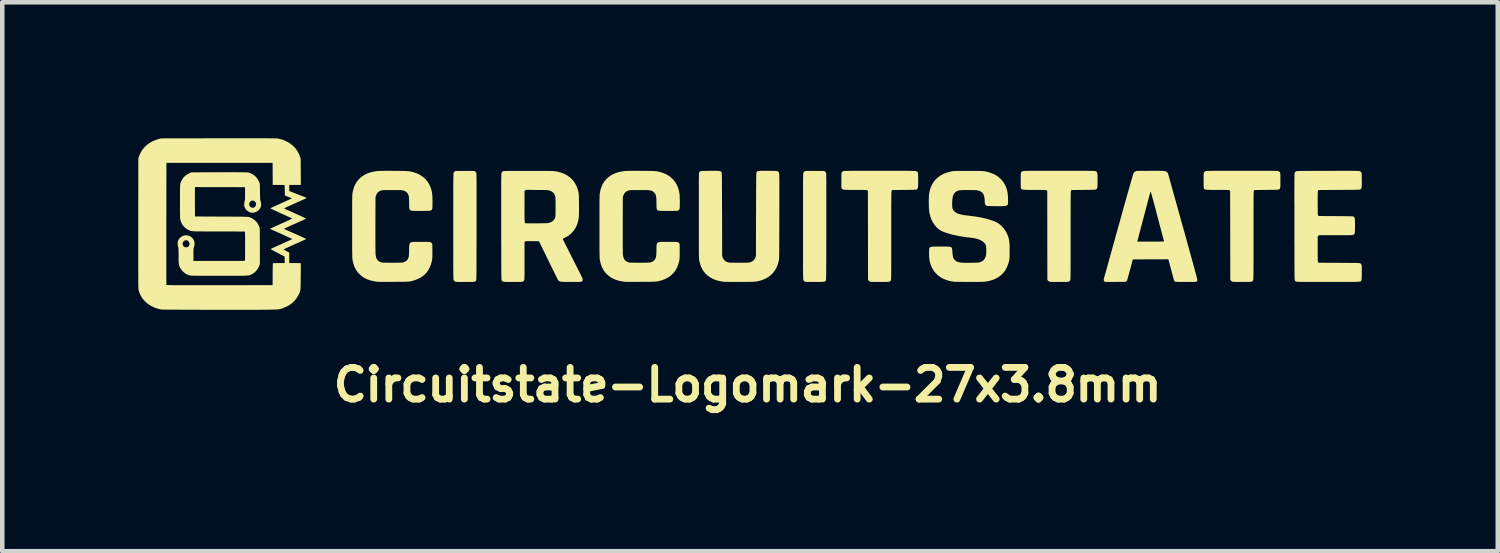
<source format=kicad_pcb>
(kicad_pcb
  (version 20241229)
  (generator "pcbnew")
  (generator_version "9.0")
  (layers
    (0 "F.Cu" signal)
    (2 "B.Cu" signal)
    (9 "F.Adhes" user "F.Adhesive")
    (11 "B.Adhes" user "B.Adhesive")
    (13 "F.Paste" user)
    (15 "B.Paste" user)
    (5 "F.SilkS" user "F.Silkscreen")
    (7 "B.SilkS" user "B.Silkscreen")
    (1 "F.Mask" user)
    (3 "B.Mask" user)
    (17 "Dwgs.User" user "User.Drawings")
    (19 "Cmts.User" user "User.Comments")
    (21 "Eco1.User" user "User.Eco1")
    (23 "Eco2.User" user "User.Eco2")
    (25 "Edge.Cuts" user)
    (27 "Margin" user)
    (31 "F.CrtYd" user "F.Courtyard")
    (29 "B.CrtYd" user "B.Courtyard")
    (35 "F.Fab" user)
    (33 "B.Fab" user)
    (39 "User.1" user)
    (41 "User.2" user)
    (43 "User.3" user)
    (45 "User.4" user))
  (footprint "Circuitstate-Logomark-27x3.8mm"
    (layer "F.Cu")
    (at 13.496 1.89)
    (property "Reference" "Circuitstate-Logomark-27x3.8mm" (at -0.05 3.55 0) (layer "F.SilkS") (effects (font (size 0.7 0.7) (thickness 0.15))))
    (attr board_only exclude_from_pos_files exclude_from_bom)
    (fp_poly (pts (xy -6.235 -1.169) (xy -6.192 -1.169) (xy -6.158 -1.169) (xy -6.131 -1.168) (xy -6.11 -1.168) (xy -6.094 -1.167) (xy -6.083 -1.166) (xy -6.075 -1.164) (xy -6.07 -1.162) (xy -6.065 -1.16) (xy -6.063 -1.158) (xy -6.05 -1.146) (xy -6.039 -1.131) (xy -6.039 -1.13) (xy -6.038 -1.127) (xy -6.037 -1.124) (xy -6.036 -1.119) (xy -6.035 -1.113) (xy -6.035 -1.105) (xy -6.034 -1.094) (xy -6.033 -1.08) (xy -6.033 -1.063) (xy -6.032 -1.042) (xy -6.032 -1.018) (xy -6.032 -0.988) (xy -6.031 -0.954) (xy -6.031 -0.914) (xy -6.031 -0.869) (xy -6.031 -0.817) (xy -6.031 -0.759) (xy -6.031 -0.694) (xy -6.031 -0.622) (xy -6.031 -0.541) (xy -6.031 -0.453) (xy -6.031 -0.356) (xy -6.031 -0.25) (xy -6.031 -0.135) (xy -6.031 -0.01) (xy -6.031 0.062) (xy -6.031 0.193) (xy -6.031 0.313) (xy -6.031 0.424) (xy -6.032 0.526) (xy -6.032 0.619) (xy -6.032 0.703) (xy -6.032 0.78) (xy -6.032 0.849) (xy -6.033 0.91) (xy -6.033 0.965) (xy -6.033 1.014) (xy -6.033 1.056) (xy -6.034 1.093) (xy -6.034 1.125) (xy -6.035 1.152) (xy -6.035 1.175) (xy -6.036 1.194) (xy -6.036 1.209) (xy -6.037 1.221) (xy -6.037 1.231) (xy -6.038 1.238) (xy -6.039 1.243) (xy -6.04 1.247) (xy -6.041 1.249) (xy -6.042 1.251) (xy -6.047 1.258) (xy -6.053 1.264) (xy -6.059 1.269) (xy -6.068 1.273) (xy -6.081 1.276) (xy -6.097 1.278) (xy -6.119 1.279) (xy -6.148 1.28) (xy -6.183 1.281) (xy -6.227 1.281) (xy -6.28 1.281) (xy -6.288 1.281) (xy -6.34 1.281) (xy -6.382 1.281) (xy -6.416 1.281) (xy -6.443 1.28) (xy -6.463 1.279) (xy -6.479 1.278) (xy -6.49 1.277) (xy -6.498 1.276) (xy -6.504 1.274) (xy -6.508 1.271) (xy -6.523 1.26) (xy -6.535 1.245) (xy -6.536 1.244) (xy -6.537 1.242) (xy -6.538 1.239) (xy -6.539 1.235) (xy -6.54 1.229) (xy -6.54 1.222) (xy -6.541 1.212) (xy -6.542 1.199) (xy -6.542 1.184) (xy -6.543 1.164) (xy -6.543 1.141) (xy -6.543 1.114) (xy -6.544 1.081) (xy -6.544 1.044) (xy -6.544 1.001) (xy -6.545 0.951) (xy -6.545 0.896) (xy -6.545 0.834) (xy -6.545 0.764) (xy -6.545 0.687) (xy -6.545 0.602) (xy -6.545 0.508) (xy -6.545 0.406) (xy -6.545 0.294) (xy -6.545 0.173) (xy -6.545 0.057) (xy -6.545 -0.073) (xy -6.545 -0.193) (xy -6.545 -0.304) (xy -6.545 -0.405) (xy -6.545 -0.498) (xy -6.545 -0.582) (xy -6.545 -0.659) (xy -6.545 -0.728) (xy -6.545 -0.789) (xy -6.544 -0.844) (xy -6.544 -0.892) (xy -6.544 -0.935) (xy -6.544 -0.972) (xy -6.543 -1.004) (xy -6.543 -1.031) (xy -6.542 -1.054) (xy -6.542 -1.073) (xy -6.541 -1.088) (xy -6.541 -1.1) (xy -6.54 -1.11) (xy -6.539 -1.117) (xy -6.538 -1.122) (xy -6.538 -1.126) (xy -6.537 -1.129) (xy -6.536 -1.13) (xy -6.526 -1.145) (xy -6.513 -1.158) (xy -6.512 -1.158) (xy -6.508 -1.161) (xy -6.504 -1.163) (xy -6.498 -1.165) (xy -6.489 -1.166) (xy -6.476 -1.167) (xy -6.459 -1.168) (xy -6.437 -1.168) (xy -6.407 -1.169) (xy -6.37 -1.169) (xy -6.324 -1.169) (xy -6.288 -1.169)) (stroke (width 0) (type solid)) (fill yes) (layer "F.SilkS"))
    (fp_poly (pts (xy 1.482 -1.169) (xy 1.525 -1.169) (xy 1.559 -1.169) (xy 1.586 -1.168) (xy 1.607 -1.168) (xy 1.623 -1.167) (xy 1.634 -1.166) (xy 1.642 -1.164) (xy 1.647 -1.162) (xy 1.651 -1.16) (xy 1.654 -1.158) (xy 1.667 -1.146) (xy 1.677 -1.131) (xy 1.678 -1.13) (xy 1.679 -1.127) (xy 1.68 -1.124) (xy 1.681 -1.119) (xy 1.682 -1.113) (xy 1.682 -1.105) (xy 1.683 -1.094) (xy 1.684 -1.08) (xy 1.684 -1.063) (xy 1.684 -1.042) (xy 1.685 -1.018) (xy 1.685 -0.988) (xy 1.686 -0.954) (xy 1.686 -0.914) (xy 1.686 -0.869) (xy 1.686 -0.817) (xy 1.686 -0.759) (xy 1.686 -0.694) (xy 1.686 -0.622) (xy 1.686 -0.541) (xy 1.686 -0.453) (xy 1.686 -0.356) (xy 1.686 -0.25) (xy 1.686 -0.135) (xy 1.686 -0.01) (xy 1.686 0.062) (xy 1.686 0.193) (xy 1.686 0.313) (xy 1.685 0.424) (xy 1.685 0.526) (xy 1.685 0.619) (xy 1.685 0.703) (xy 1.685 0.78) (xy 1.685 0.849) (xy 1.684 0.91) (xy 1.684 0.965) (xy 1.684 1.014) (xy 1.683 1.056) (xy 1.683 1.093) (xy 1.683 1.125) (xy 1.682 1.152) (xy 1.682 1.175) (xy 1.681 1.194) (xy 1.681 1.209) (xy 1.68 1.221) (xy 1.679 1.231) (xy 1.679 1.238) (xy 1.678 1.243) (xy 1.677 1.247) (xy 1.676 1.249) (xy 1.675 1.251) (xy 1.67 1.258) (xy 1.664 1.264) (xy 1.657 1.269) (xy 1.648 1.273) (xy 1.636 1.276) (xy 1.619 1.278) (xy 1.597 1.279) (xy 1.569 1.28) (xy 1.534 1.281) (xy 1.49 1.281) (xy 1.437 1.281) (xy 1.428 1.281) (xy 1.377 1.281) (xy 1.335 1.281) (xy 1.301 1.281) (xy 1.274 1.28) (xy 1.253 1.279) (xy 1.238 1.278) (xy 1.227 1.277) (xy 1.219 1.276) (xy 1.213 1.274) (xy 1.208 1.271) (xy 1.194 1.26) (xy 1.182 1.245) (xy 1.181 1.244) (xy 1.18 1.242) (xy 1.179 1.239) (xy 1.178 1.235) (xy 1.177 1.229) (xy 1.177 1.222) (xy 1.176 1.212) (xy 1.175 1.199) (xy 1.175 1.184) (xy 1.174 1.164) (xy 1.174 1.141) (xy 1.173 1.114) (xy 1.173 1.081) (xy 1.173 1.044) (xy 1.173 1.001) (xy 1.172 0.951) (xy 1.172 0.896) (xy 1.172 0.834) (xy 1.172 0.764) (xy 1.172 0.687) (xy 1.172 0.602) (xy 1.172 0.508) (xy 1.172 0.406) (xy 1.172 0.294) (xy 1.172 0.173) (xy 1.172 0.057) (xy 1.172 -0.073) (xy 1.172 -0.193) (xy 1.172 -0.304) (xy 1.172 -0.405) (xy 1.172 -0.498) (xy 1.172 -0.582) (xy 1.172 -0.659) (xy 1.172 -0.728) (xy 1.172 -0.789) (xy 1.172 -0.844) (xy 1.173 -0.892) (xy 1.173 -0.935) (xy 1.173 -0.972) (xy 1.174 -1.004) (xy 1.174 -1.031) (xy 1.174 -1.054) (xy 1.175 -1.073) (xy 1.175 -1.088) (xy 1.176 -1.1) (xy 1.177 -1.11) (xy 1.178 -1.117) (xy 1.178 -1.122) (xy 1.179 -1.126) (xy 1.18 -1.129) (xy 1.181 -1.13) (xy 1.191 -1.145) (xy 1.204 -1.158) (xy 1.205 -1.158) (xy 1.208 -1.161) (xy 1.213 -1.163) (xy 1.219 -1.165) (xy 1.228 -1.166) (xy 1.24 -1.167) (xy 1.257 -1.168) (xy 1.28 -1.168) (xy 1.31 -1.169) (xy 1.347 -1.169) (xy 1.392 -1.169) (xy 1.429 -1.169)) (stroke (width 0) (type solid)) (fill yes) (layer "F.SilkS"))
    (fp_poly (pts (xy 3.065 -1.172) (xy 3.152 -1.172) (xy 3.23 -1.172) (xy 3.299 -1.171) (xy 3.36 -1.171) (xy 3.414 -1.171) (xy 3.461 -1.171) (xy 3.502 -1.171) (xy 3.537 -1.17) (xy 3.566 -1.17) (xy 3.59 -1.17) (xy 3.61 -1.169) (xy 3.627 -1.168) (xy 3.639 -1.168) (xy 3.649 -1.167) (xy 3.657 -1.166) (xy 3.663 -1.165) (xy 3.667 -1.164) (xy 3.67 -1.163) (xy 3.674 -1.161) (xy 3.674 -1.161) (xy 3.684 -1.156) (xy 3.693 -1.15) (xy 3.699 -1.143) (xy 3.704 -1.133) (xy 3.708 -1.12) (xy 3.71 -1.102) (xy 3.711 -1.078) (xy 3.712 -1.047) (xy 3.713 -1.007) (xy 3.713 -0.961) (xy 3.713 -0.913) (xy 3.712 -0.874) (xy 3.711 -0.843) (xy 3.71 -0.82) (xy 3.708 -0.802) (xy 3.704 -0.788) (xy 3.7 -0.779) (xy 3.694 -0.771) (xy 3.687 -0.765) (xy 3.682 -0.762) (xy 3.678 -0.76) (xy 3.673 -0.758) (xy 3.666 -0.756) (xy 3.656 -0.755) (xy 3.642 -0.754) (xy 3.623 -0.753) (xy 3.598 -0.752) (xy 3.567 -0.752) (xy 3.528 -0.751) (xy 3.481 -0.751) (xy 3.424 -0.75) (xy 3.404 -0.75) (xy 3.139 -0.747) (xy 3.129 -0.735) (xy 3.128 -0.733) (xy 3.127 -0.731) (xy 3.126 -0.728) (xy 3.125 -0.723) (xy 3.124 -0.716) (xy 3.123 -0.707) (xy 3.123 -0.696) (xy 3.122 -0.68) (xy 3.121 -0.662) (xy 3.121 -0.639) (xy 3.121 -0.611) (xy 3.12 -0.579) (xy 3.12 -0.541) (xy 3.12 -0.497) (xy 3.12 -0.447) (xy 3.119 -0.39) (xy 3.119 -0.326) (xy 3.119 -0.254) (xy 3.119 -0.174) (xy 3.119 -0.085) (xy 3.119 0.012) (xy 3.119 0.119) (xy 3.119 0.236) (xy 3.119 0.252) (xy 3.119 0.37) (xy 3.119 0.479) (xy 3.119 0.578) (xy 3.119 0.668) (xy 3.119 0.749) (xy 3.119 0.823) (xy 3.119 0.888) (xy 3.118 0.946) (xy 3.118 0.997) (xy 3.118 1.042) (xy 3.118 1.081) (xy 3.117 1.115) (xy 3.117 1.143) (xy 3.117 1.167) (xy 3.116 1.186) (xy 3.115 1.202) (xy 3.115 1.215) (xy 3.114 1.224) (xy 3.113 1.232) (xy 3.112 1.237) (xy 3.111 1.241) (xy 3.11 1.244) (xy 3.11 1.244) (xy 3.105 1.253) (xy 3.1 1.26) (xy 3.094 1.266) (xy 3.086 1.271) (xy 3.074 1.274) (xy 3.058 1.277) (xy 3.037 1.279) (xy 3.01 1.28) (xy 2.975 1.281) (xy 2.933 1.281) (xy 2.881 1.281) (xy 2.864 1.281) (xy 2.812 1.281) (xy 2.77 1.281) (xy 2.736 1.28) (xy 2.71 1.28) (xy 2.689 1.279) (xy 2.674 1.278) (xy 2.663 1.277) (xy 2.655 1.275) (xy 2.649 1.273) (xy 2.646 1.272) (xy 2.63 1.262) (xy 2.618 1.249) (xy 2.617 1.248) (xy 2.606 1.233) (xy 2.605 0.253) (xy 2.603 -0.728) (xy 2.59 -0.739) (xy 2.586 -0.742) (xy 2.582 -0.744) (xy 2.577 -0.745) (xy 2.569 -0.747) (xy 2.558 -0.748) (xy 2.542 -0.748) (xy 2.522 -0.749) (xy 2.495 -0.749) (xy 2.461 -0.75) (xy 2.42 -0.75) (xy 2.369 -0.75) (xy 2.327 -0.75) (xy 2.266 -0.75) (xy 2.214 -0.75) (xy 2.171 -0.75) (xy 2.136 -0.751) (xy 2.108 -0.752) (xy 2.086 -0.754) (xy 2.069 -0.756) (xy 2.056 -0.758) (xy 2.046 -0.762) (xy 2.039 -0.766) (xy 2.034 -0.771) (xy 2.029 -0.778) (xy 2.027 -0.78) (xy 2.025 -0.785) (xy 2.022 -0.791) (xy 2.021 -0.799) (xy 2.02 -0.812) (xy 2.019 -0.829) (xy 2.018 -0.852) (xy 2.018 -0.882) (xy 2.018 -0.92) (xy 2.018 -0.959) (xy 2.018 -1.005) (xy 2.018 -1.042) (xy 2.018 -1.07) (xy 2.019 -1.092) (xy 2.02 -1.108) (xy 2.021 -1.119) (xy 2.022 -1.127) (xy 2.025 -1.133) (xy 2.027 -1.137) (xy 2.029 -1.139) (xy 2.041 -1.151) (xy 2.056 -1.162) (xy 2.057 -1.162) (xy 2.06 -1.164) (xy 2.064 -1.165) (xy 2.069 -1.166) (xy 2.076 -1.167) (xy 2.086 -1.168) (xy 2.099 -1.168) (xy 2.115 -1.169) (xy 2.135 -1.169) (xy 2.16 -1.17) (xy 2.19 -1.17) (xy 2.225 -1.171) (xy 2.266 -1.171) (xy 2.313 -1.171) (xy 2.368 -1.171) (xy 2.43 -1.171) (xy 2.5 -1.171) (xy 2.578 -1.172) (xy 2.665 -1.172) (xy 2.762 -1.172) (xy 2.864 -1.172) (xy 2.969 -1.172)) (stroke (width 0) (type solid)) (fill yes) (layer "F.SilkS"))
    (fp_poly (pts (xy 7.023 -1.172) (xy 7.109 -1.172) (xy 7.187 -1.172) (xy 7.256 -1.171) (xy 7.318 -1.171) (xy 7.371 -1.171) (xy 7.418 -1.171) (xy 7.459 -1.171) (xy 7.494 -1.17) (xy 7.523 -1.17) (xy 7.548 -1.17) (xy 7.568 -1.169) (xy 7.584 -1.168) (xy 7.597 -1.168) (xy 7.607 -1.167) (xy 7.614 -1.166) (xy 7.62 -1.165) (xy 7.624 -1.164) (xy 7.628 -1.163) (xy 7.631 -1.161) (xy 7.631 -1.161) (xy 7.642 -1.156) (xy 7.65 -1.15) (xy 7.656 -1.143) (xy 7.661 -1.133) (xy 7.665 -1.12) (xy 7.667 -1.102) (xy 7.669 -1.078) (xy 7.67 -1.047) (xy 7.67 -1.007) (xy 7.67 -0.961) (xy 7.67 -0.913) (xy 7.67 -0.874) (xy 7.669 -0.843) (xy 7.667 -0.82) (xy 7.665 -0.802) (xy 7.662 -0.788) (xy 7.657 -0.779) (xy 7.652 -0.771) (xy 7.644 -0.765) (xy 7.64 -0.762) (xy 7.636 -0.76) (xy 7.631 -0.758) (xy 7.624 -0.756) (xy 7.613 -0.755) (xy 7.599 -0.754) (xy 7.58 -0.753) (xy 7.555 -0.752) (xy 7.524 -0.752) (xy 7.485 -0.751) (xy 7.438 -0.751) (xy 7.382 -0.75) (xy 7.361 -0.75) (xy 7.096 -0.747) (xy 7.086 -0.735) (xy 7.085 -0.733) (xy 7.084 -0.731) (xy 7.083 -0.728) (xy 7.082 -0.723) (xy 7.081 -0.716) (xy 7.081 -0.707) (xy 7.08 -0.696) (xy 7.079 -0.68) (xy 7.079 -0.662) (xy 7.078 -0.639) (xy 7.078 -0.611) (xy 7.078 -0.579) (xy 7.077 -0.541) (xy 7.077 -0.497) (xy 7.077 -0.447) (xy 7.077 -0.39) (xy 7.077 -0.326) (xy 7.077 -0.254) (xy 7.076 -0.174) (xy 7.076 -0.085) (xy 7.076 0.012) (xy 7.076 0.119) (xy 7.076 0.236) (xy 7.076 0.252) (xy 7.076 0.37) (xy 7.076 0.479) (xy 7.076 0.578) (xy 7.076 0.668) (xy 7.076 0.749) (xy 7.076 0.823) (xy 7.076 0.888) (xy 7.076 0.946) (xy 7.076 0.997) (xy 7.075 1.042) (xy 7.075 1.081) (xy 7.075 1.115) (xy 7.074 1.143) (xy 7.074 1.167) (xy 7.073 1.186) (xy 7.073 1.202) (xy 7.072 1.215) (xy 7.071 1.224) (xy 7.071 1.232) (xy 7.07 1.237) (xy 7.069 1.241) (xy 7.068 1.244) (xy 7.067 1.244) (xy 7.063 1.253) (xy 7.058 1.26) (xy 7.052 1.266) (xy 7.043 1.271) (xy 7.032 1.274) (xy 7.016 1.277) (xy 6.995 1.279) (xy 6.967 1.28) (xy 6.933 1.281) (xy 6.89 1.281) (xy 6.838 1.281) (xy 6.821 1.281) (xy 6.77 1.281) (xy 6.727 1.281) (xy 6.694 1.28) (xy 6.667 1.28) (xy 6.646 1.279) (xy 6.631 1.278) (xy 6.62 1.277) (xy 6.612 1.275) (xy 6.606 1.273) (xy 6.603 1.272) (xy 6.588 1.262) (xy 6.575 1.249) (xy 6.574 1.248) (xy 6.563 1.233) (xy 6.562 0.253) (xy 6.561 -0.728) (xy 6.547 -0.739) (xy 6.544 -0.742) (xy 6.54 -0.744) (xy 6.534 -0.745) (xy 6.526 -0.747) (xy 6.515 -0.748) (xy 6.5 -0.748) (xy 6.479 -0.749) (xy 6.452 -0.749) (xy 6.419 -0.75) (xy 6.377 -0.75) (xy 6.327 -0.75) (xy 6.284 -0.75) (xy 6.223 -0.75) (xy 6.172 -0.75) (xy 6.129 -0.75) (xy 6.094 -0.751) (xy 6.065 -0.752) (xy 6.043 -0.754) (xy 6.026 -0.756) (xy 6.013 -0.758) (xy 6.004 -0.762) (xy 5.997 -0.766) (xy 5.991 -0.771) (xy 5.986 -0.778) (xy 5.985 -0.78) (xy 5.982 -0.785) (xy 5.98 -0.791) (xy 5.978 -0.799) (xy 5.977 -0.812) (xy 5.976 -0.829) (xy 5.976 -0.852) (xy 5.975 -0.882) (xy 5.975 -0.92) (xy 5.975 -0.959) (xy 5.975 -1.005) (xy 5.975 -1.042) (xy 5.976 -1.07) (xy 5.976 -1.092) (xy 5.977 -1.108) (xy 5.978 -1.119) (xy 5.98 -1.127) (xy 5.982 -1.133) (xy 5.985 -1.137) (xy 5.986 -1.139) (xy 5.998 -1.151) (xy 6.014 -1.162) (xy 6.015 -1.162) (xy 6.017 -1.164) (xy 6.021 -1.165) (xy 6.027 -1.166) (xy 6.034 -1.167) (xy 6.044 -1.168) (xy 6.056 -1.168) (xy 6.073 -1.169) (xy 6.093 -1.169) (xy 6.117 -1.17) (xy 6.147 -1.17) (xy 6.182 -1.171) (xy 6.223 -1.171) (xy 6.271 -1.171) (xy 6.325 -1.171) (xy 6.387 -1.171) (xy 6.457 -1.171) (xy 6.535 -1.172) (xy 6.622 -1.172) (xy 6.719 -1.172) (xy 6.821 -1.172) (xy 6.927 -1.172)) (stroke (width 0) (type solid)) (fill yes) (layer "F.SilkS"))
    (fp_poly (pts (xy 11.058 -1.172) (xy 11.145 -1.172) (xy 11.222 -1.172) (xy 11.292 -1.171) (xy 11.353 -1.171) (xy 11.407 -1.171) (xy 11.454 -1.171) (xy 11.495 -1.171) (xy 11.529 -1.17) (xy 11.559 -1.17) (xy 11.583 -1.17) (xy 11.603 -1.169) (xy 11.619 -1.168) (xy 11.632 -1.168) (xy 11.642 -1.167) (xy 11.65 -1.166) (xy 11.655 -1.165) (xy 11.66 -1.164) (xy 11.663 -1.163) (xy 11.666 -1.161) (xy 11.667 -1.161) (xy 11.677 -1.156) (xy 11.685 -1.15) (xy 11.692 -1.143) (xy 11.697 -1.133) (xy 11.7 -1.12) (xy 11.703 -1.102) (xy 11.704 -1.078) (xy 11.705 -1.047) (xy 11.705 -1.007) (xy 11.705 -0.961) (xy 11.705 -0.913) (xy 11.705 -0.874) (xy 11.704 -0.843) (xy 11.703 -0.82) (xy 11.7 -0.802) (xy 11.697 -0.788) (xy 11.693 -0.779) (xy 11.687 -0.771) (xy 11.68 -0.765) (xy 11.675 -0.762) (xy 11.671 -0.76) (xy 11.666 -0.758) (xy 11.659 -0.756) (xy 11.649 -0.755) (xy 11.635 -0.754) (xy 11.616 -0.753) (xy 11.591 -0.752) (xy 11.56 -0.752) (xy 11.521 -0.751) (xy 11.474 -0.751) (xy 11.417 -0.75) (xy 11.396 -0.75) (xy 11.132 -0.747) (xy 11.122 -0.735) (xy 11.121 -0.733) (xy 11.119 -0.731) (xy 11.118 -0.728) (xy 11.118 -0.723) (xy 11.117 -0.716) (xy 11.116 -0.707) (xy 11.115 -0.696) (xy 11.115 -0.68) (xy 11.114 -0.662) (xy 11.114 -0.639) (xy 11.113 -0.611) (xy 11.113 -0.579) (xy 11.113 -0.541) (xy 11.113 -0.497) (xy 11.112 -0.447) (xy 11.112 -0.39) (xy 11.112 -0.326) (xy 11.112 -0.254) (xy 11.112 -0.174) (xy 11.112 -0.085) (xy 11.112 0.012) (xy 11.112 0.119) (xy 11.112 0.236) (xy 11.112 0.252) (xy 11.112 0.37) (xy 11.112 0.479) (xy 11.112 0.578) (xy 11.112 0.668) (xy 11.112 0.749) (xy 11.112 0.823) (xy 11.111 0.888) (xy 11.111 0.946) (xy 11.111 0.997) (xy 11.111 1.042) (xy 11.111 1.081) (xy 11.11 1.115) (xy 11.11 1.143) (xy 11.109 1.167) (xy 11.109 1.186) (xy 11.108 1.202) (xy 11.108 1.215) (xy 11.107 1.224) (xy 11.106 1.232) (xy 11.105 1.237) (xy 11.104 1.241) (xy 11.103 1.244) (xy 11.103 1.244) (xy 11.098 1.253) (xy 11.093 1.26) (xy 11.087 1.266) (xy 11.079 1.271) (xy 11.067 1.274) (xy 11.051 1.277) (xy 11.03 1.279) (xy 11.003 1.28) (xy 10.968 1.281) (xy 10.926 1.281) (xy 10.874 1.281) (xy 10.857 1.281) (xy 10.805 1.281) (xy 10.763 1.281) (xy 10.729 1.28) (xy 10.702 1.28) (xy 10.682 1.279) (xy 10.667 1.278) (xy 10.656 1.277) (xy 10.647 1.275) (xy 10.641 1.273) (xy 10.638 1.272) (xy 10.623 1.262) (xy 10.61 1.249) (xy 10.61 1.248) (xy 10.599 1.233) (xy 10.598 0.253) (xy 10.596 -0.728) (xy 10.583 -0.739) (xy 10.579 -0.742) (xy 10.575 -0.744) (xy 10.57 -0.745) (xy 10.562 -0.747) (xy 10.551 -0.748) (xy 10.535 -0.748) (xy 10.515 -0.749) (xy 10.488 -0.749) (xy 10.454 -0.75) (xy 10.413 -0.75) (xy 10.362 -0.75) (xy 10.32 -0.75) (xy 10.259 -0.75) (xy 10.207 -0.75) (xy 10.164 -0.75) (xy 10.129 -0.751) (xy 10.101 -0.752) (xy 10.079 -0.754) (xy 10.062 -0.756) (xy 10.049 -0.758) (xy 10.039 -0.762) (xy 10.032 -0.766) (xy 10.027 -0.771) (xy 10.022 -0.778) (xy 10.02 -0.78) (xy 10.017 -0.785) (xy 10.015 -0.791) (xy 10.014 -0.799) (xy 10.012 -0.812) (xy 10.012 -0.829) (xy 10.011 -0.852) (xy 10.011 -0.882) (xy 10.011 -0.92) (xy 10.011 -0.959) (xy 10.011 -1.005) (xy 10.011 -1.042) (xy 10.011 -1.07) (xy 10.012 -1.092) (xy 10.012 -1.108) (xy 10.014 -1.119) (xy 10.015 -1.127) (xy 10.017 -1.133) (xy 10.02 -1.137) (xy 10.021 -1.139) (xy 10.034 -1.151) (xy 10.049 -1.162) (xy 10.05 -1.162) (xy 10.053 -1.164) (xy 10.057 -1.165) (xy 10.062 -1.166) (xy 10.069 -1.167) (xy 10.079 -1.168) (xy 10.092 -1.168) (xy 10.108 -1.169) (xy 10.128 -1.169) (xy 10.153 -1.17) (xy 10.183 -1.17) (xy 10.218 -1.171) (xy 10.259 -1.171) (xy 10.306 -1.171) (xy 10.361 -1.171) (xy 10.423 -1.171) (xy 10.492 -1.171) (xy 10.571 -1.172) (xy 10.658 -1.172) (xy 10.755 -1.172) (xy 10.856 -1.172) (xy 10.962 -1.172)) (stroke (width 0) (type solid)) (fill yes) (layer "F.SilkS"))
    (fp_poly (pts (xy 9.044 -1.171) (xy 9.079 -1.17) (xy 9.107 -1.169) (xy 9.13 -1.168) (xy 9.148 -1.166) (xy 9.162 -1.163) (xy 9.173 -1.16) (xy 9.182 -1.156) (xy 9.189 -1.151) (xy 9.196 -1.145) (xy 9.203 -1.139) (xy 9.224 -1.117) (xy 9.548 0.048) (xy 9.588 0.189) (xy 9.625 0.321) (xy 9.659 0.446) (xy 9.691 0.561) (xy 9.72 0.668) (xy 9.747 0.766) (xy 9.772 0.855) (xy 9.794 0.935) (xy 9.813 1.006) (xy 9.83 1.068) (xy 9.844 1.12) (xy 9.855 1.163) (xy 9.863 1.196) (xy 9.869 1.219) (xy 9.872 1.233) (xy 9.873 1.236) (xy 9.871 1.252) (xy 9.866 1.263) (xy 9.859 1.27) (xy 9.855 1.273) (xy 9.851 1.275) (xy 9.845 1.277) (xy 9.837 1.278) (xy 9.825 1.279) (xy 9.809 1.28) (xy 9.787 1.28) (xy 9.759 1.281) (xy 9.723 1.281) (xy 9.679 1.281) (xy 9.626 1.281) (xy 9.622 1.281) (xy 9.565 1.281) (xy 9.517 1.281) (xy 9.478 1.28) (xy 9.447 1.28) (xy 9.422 1.279) (xy 9.404 1.277) (xy 9.39 1.275) (xy 9.38 1.271) (xy 9.372 1.268) (xy 9.367 1.263) (xy 9.363 1.257) (xy 9.361 1.251) (xy 9.356 1.239) (xy 9.35 1.22) (xy 9.344 1.2) (xy 9.341 1.186) (xy 9.335 1.163) (xy 9.327 1.134) (xy 9.318 1.1) (xy 9.308 1.063) (xy 9.298 1.023) (xy 9.287 0.982) (xy 9.276 0.942) (xy 9.266 0.905) (xy 9.257 0.87) (xy 9.249 0.841) (xy 9.242 0.818) (xy 9.238 0.803) (xy 9.237 0.798) (xy 9.231 0.781) (xy 8.84 0.782) (xy 8.448 0.784) (xy 8.393 0.992) (xy 8.377 1.05) (xy 8.364 1.098) (xy 8.353 1.138) (xy 8.344 1.171) (xy 8.337 1.196) (xy 8.331 1.217) (xy 8.326 1.232) (xy 8.322 1.243) (xy 8.319 1.251) (xy 8.316 1.256) (xy 8.313 1.26) (xy 8.31 1.263) (xy 8.307 1.266) (xy 8.294 1.278) (xy 8.064 1.28) (xy 8.009 1.28) (xy 7.963 1.28) (xy 7.926 1.28) (xy 7.897 1.28) (xy 7.874 1.28) (xy 7.857 1.279) (xy 7.845 1.279) (xy 7.836 1.277) (xy 7.83 1.276) (xy 7.826 1.274) (xy 7.823 1.271) (xy 7.822 1.271) (xy 7.811 1.255) (xy 7.807 1.235) (xy 7.81 1.21) (xy 7.81 1.209) (xy 7.812 1.202) (xy 7.817 1.185) (xy 7.824 1.159) (xy 7.834 1.125) (xy 7.846 1.082) (xy 7.86 1.031) (xy 7.876 0.973) (xy 7.894 0.909) (xy 7.913 0.838) (xy 7.935 0.761) (xy 7.958 0.678) (xy 7.982 0.591) (xy 8.007 0.499) (xy 8.034 0.403) (xy 8.038 0.391) (xy 8.545 0.391) (xy 8.842 0.391) (xy 8.908 0.39) (xy 8.963 0.39) (xy 9.01 0.39) (xy 9.048 0.39) (xy 9.079 0.389) (xy 9.102 0.389) (xy 9.119 0.388) (xy 9.13 0.387) (xy 9.136 0.385) (xy 9.137 0.384) (xy 9.137 0.384) (xy 9.136 0.378) (xy 9.132 0.363) (xy 9.125 0.339) (xy 9.117 0.307) (xy 9.106 0.267) (xy 9.094 0.221) (xy 9.08 0.169) (xy 9.065 0.111) (xy 9.048 0.048) (xy 9.031 -0.019) (xy 9.012 -0.089) (xy 8.993 -0.162) (xy 8.992 -0.165) (xy 8.969 -0.252) (xy 8.948 -0.332) (xy 8.929 -0.405) (xy 8.911 -0.471) (xy 8.895 -0.53) (xy 8.881 -0.581) (xy 8.869 -0.624) (xy 8.859 -0.659) (xy 8.851 -0.685) (xy 8.846 -0.701) (xy 8.843 -0.708) (xy 8.843 -0.708) (xy 8.842 -0.708) (xy 8.841 -0.708) (xy 8.84 -0.708) (xy 8.839 -0.706) (xy 8.837 -0.703) (xy 8.835 -0.697) (xy 8.832 -0.689) (xy 8.829 -0.677) (xy 8.824 -0.661) (xy 8.819 -0.641) (xy 8.812 -0.616) (xy 8.804 -0.585) (xy 8.794 -0.548) (xy 8.782 -0.504) (xy 8.769 -0.453) (xy 8.753 -0.395) (xy 8.736 -0.327) (xy 8.716 -0.251) (xy 8.693 -0.166) (xy 8.691 -0.156) (xy 8.672 -0.086) (xy 8.654 -0.018) (xy 8.637 0.047) (xy 8.621 0.108) (xy 8.606 0.164) (xy 8.593 0.215) (xy 8.581 0.26) (xy 8.571 0.297) (xy 8.563 0.328) (xy 8.557 0.35) (xy 8.553 0.363) (xy 8.553 0.366) (xy 8.545 0.391) (xy 8.038 0.391) (xy 8.062 0.304) (xy 8.09 0.201) (xy 8.12 0.095) (xy 8.134 0.045) (xy 8.175 -0.102) (xy 8.213 -0.239) (xy 8.248 -0.366) (xy 8.281 -0.482) (xy 8.311 -0.589) (xy 8.338 -0.686) (xy 8.363 -0.773) (xy 8.385 -0.85) (xy 8.404 -0.918) (xy 8.421 -0.975) (xy 8.435 -1.023) (xy 8.446 -1.061) (xy 8.455 -1.09) (xy 8.461 -1.108) (xy 8.464 -1.117) (xy 8.464 -1.118) (xy 8.481 -1.139) (xy 8.502 -1.155) (xy 8.527 -1.169) (xy 8.826 -1.171) (xy 8.894 -1.171) (xy 8.953 -1.171) (xy 9.002 -1.171)) (stroke (width 0) (type solid)) (fill yes) (layer "F.SilkS"))
    (fp_poly (pts (xy 0.349 -1.171) (xy 0.402 -1.171) (xy 0.453 -1.17) (xy 0.495 -1.17) (xy 0.528 -1.169) (xy 0.555 -1.169) (xy 0.574 -1.168) (xy 0.589 -1.167) (xy 0.6 -1.166) (xy 0.607 -1.164) (xy 0.612 -1.162) (xy 0.616 -1.159) (xy 0.618 -1.158) (xy 0.631 -1.146) (xy 0.641 -1.131) (xy 0.642 -1.13) (xy 0.643 -1.127) (xy 0.644 -1.123) (xy 0.645 -1.119) (xy 0.646 -1.112) (xy 0.647 -1.103) (xy 0.647 -1.092) (xy 0.648 -1.077) (xy 0.648 -1.059) (xy 0.649 -1.036) (xy 0.649 -1.009) (xy 0.649 -0.977) (xy 0.65 -0.94) (xy 0.65 -0.897) (xy 0.65 -0.847) (xy 0.65 -0.791) (xy 0.65 -0.728) (xy 0.65 -0.656) (xy 0.65 -0.577) (xy 0.65 -0.489) (xy 0.65 -0.392) (xy 0.65 -0.285) (xy 0.649 -0.174) (xy 0.649 -0.058) (xy 0.649 0.049) (xy 0.649 0.147) (xy 0.648 0.235) (xy 0.648 0.315) (xy 0.648 0.386) (xy 0.648 0.45) (xy 0.647 0.507) (xy 0.647 0.557) (xy 0.647 0.601) (xy 0.646 0.639) (xy 0.646 0.672) (xy 0.645 0.7) (xy 0.645 0.724) (xy 0.644 0.744) (xy 0.643 0.76) (xy 0.643 0.773) (xy 0.642 0.784) (xy 0.641 0.792) (xy 0.64 0.8) (xy 0.639 0.805) (xy 0.618 0.885) (xy 0.59 0.957) (xy 0.555 1.022) (xy 0.512 1.08) (xy 0.462 1.13) (xy 0.404 1.173) (xy 0.354 1.202) (xy 0.3 1.227) (xy 0.246 1.247) (xy 0.188 1.262) (xy 0.124 1.273) (xy 0.104 1.275) (xy 0.093 1.276) (xy 0.071 1.277) (xy 0.042 1.278) (xy 0.006 1.278) (xy -0.035 1.279) (xy -0.082 1.279) (xy -0.132 1.28) (xy -0.184 1.28) (xy -0.237 1.28) (xy -0.29 1.28) (xy -0.342 1.28) (xy -0.392 1.28) (xy -0.438 1.28) (xy -0.479 1.28) (xy -0.515 1.279) (xy -0.543 1.279) (xy -0.563 1.278) (xy -0.573 1.277) (xy -0.656 1.265) (xy -0.735 1.245) (xy -0.807 1.217) (xy -0.874 1.182) (xy -0.933 1.14) (xy -0.968 1.108) (xy -1.014 1.056) (xy -1.051 0.999) (xy -1.081 0.935) (xy -1.104 0.864) (xy -1.118 0.802) (xy -1.119 0.795) (xy -1.12 0.787) (xy -1.121 0.778) (xy -1.122 0.768) (xy -1.123 0.756) (xy -1.123 0.741) (xy -1.124 0.724) (xy -1.125 0.703) (xy -1.125 0.678) (xy -1.126 0.649) (xy -1.126 0.615) (xy -1.126 0.576) (xy -1.127 0.531) (xy -1.127 0.48) (xy -1.127 0.422) (xy -1.127 0.357) (xy -1.127 0.285) (xy -1.127 0.204) (xy -1.127 0.114) (xy -1.127 0.016) (xy -1.127 -0.092) (xy -1.127 -0.188) (xy -1.127 -0.304) (xy -1.127 -0.41) (xy -1.127 -0.506) (xy -1.127 -0.594) (xy -1.127 -0.672) (xy -1.127 -0.743) (xy -1.127 -0.806) (xy -1.127 -0.862) (xy -1.127 -0.911) (xy -1.126 -0.954) (xy -1.126 -0.99) (xy -1.126 -1.022) (xy -1.125 -1.048) (xy -1.125 -1.07) (xy -1.124 -1.088) (xy -1.124 -1.102) (xy -1.123 -1.113) (xy -1.122 -1.121) (xy -1.121 -1.127) (xy -1.12 -1.132) (xy -1.119 -1.135) (xy -1.118 -1.137) (xy -1.113 -1.145) (xy -1.108 -1.151) (xy -1.102 -1.156) (xy -1.094 -1.16) (xy -1.083 -1.164) (xy -1.068 -1.166) (xy -1.049 -1.168) (xy -1.023 -1.169) (xy -0.99 -1.169) (xy -0.95 -1.17) (xy -0.9 -1.17) (xy -0.88 -1.171) (xy -0.825 -1.171) (xy -0.779 -1.171) (xy -0.741 -1.171) (xy -0.711 -1.17) (xy -0.687 -1.168) (xy -0.669 -1.166) (xy -0.655 -1.163) (xy -0.645 -1.159) (xy -0.638 -1.154) (xy -0.632 -1.148) (xy -0.627 -1.141) (xy -0.625 -1.139) (xy -0.624 -1.136) (xy -0.623 -1.132) (xy -0.622 -1.127) (xy -0.622 -1.119) (xy -0.621 -1.108) (xy -0.62 -1.094) (xy -0.62 -1.077) (xy -0.619 -1.056) (xy -0.618 -1.03) (xy -0.618 -1) (xy -0.618 -0.964) (xy -0.617 -0.922) (xy -0.617 -0.874) (xy -0.617 -0.819) (xy -0.616 -0.757) (xy -0.616 -0.687) (xy -0.616 -0.609) (xy -0.615 -0.523) (xy -0.615 -0.427) (xy -0.615 -0.322) (xy -0.614 -0.211) (xy -0.612 0.706) (xy -0.6 0.741) (xy -0.582 0.779) (xy -0.556 0.809) (xy -0.524 0.833) (xy -0.497 0.844) (xy -0.488 0.847) (xy -0.48 0.85) (xy -0.471 0.852) (xy -0.46 0.853) (xy -0.447 0.854) (xy -0.43 0.855) (xy -0.408 0.856) (xy -0.38 0.856) (xy -0.346 0.856) (xy -0.303 0.857) (xy -0.251 0.857) (xy -0.242 0.857) (xy -0.189 0.857) (xy -0.144 0.856) (xy -0.108 0.856) (xy -0.079 0.856) (xy -0.057 0.855) (xy -0.039 0.854) (xy -0.025 0.853) (xy -0.013 0.852) (xy -0.004 0.85) (xy 0.006 0.847) (xy 0.015 0.844) (xy 0.053 0.828) (xy 0.084 0.803) (xy 0.107 0.772) (xy 0.121 0.741) (xy 0.133 0.706) (xy 0.135 -0.211) (xy 0.136 -0.326) (xy 0.136 -0.43) (xy 0.136 -0.526) (xy 0.137 -0.612) (xy 0.137 -0.689) (xy 0.137 -0.759) (xy 0.138 -0.821) (xy 0.138 -0.875) (xy 0.138 -0.923) (xy 0.139 -0.965) (xy 0.139 -1.001) (xy 0.139 -1.031) (xy 0.14 -1.057) (xy 0.14 -1.078) (xy 0.141 -1.095) (xy 0.142 -1.108) (xy 0.143 -1.119) (xy 0.143 -1.127) (xy 0.144 -1.132) (xy 0.145 -1.137) (xy 0.146 -1.139) (xy 0.148 -1.141) (xy 0.153 -1.149) (xy 0.159 -1.155) (xy 0.167 -1.16) (xy 0.177 -1.164) (xy 0.191 -1.166) (xy 0.21 -1.169) (xy 0.234 -1.17) (xy 0.264 -1.171) (xy 0.302 -1.171)) (stroke (width 0) (type solid)) (fill yes) (layer "F.SilkS"))
    (fp_poly (pts (xy -7.921 -1.171) (xy -7.85 -1.17) (xy -7.783 -1.17) (xy -7.725 -1.169) (xy -7.676 -1.168) (xy -7.634 -1.168) (xy -7.598 -1.167) (xy -7.568 -1.165) (xy -7.543 -1.163) (xy -7.52 -1.161) (xy -7.5 -1.159) (xy -7.482 -1.155) (xy -7.464 -1.151) (xy -7.445 -1.146) (xy -7.424 -1.141) (xy -7.413 -1.137) (xy -7.34 -1.112) (xy -7.273 -1.078) (xy -7.213 -1.037) (xy -7.159 -0.988) (xy -7.113 -0.933) (xy -7.074 -0.871) (xy -7.044 -0.804) (xy -7.025 -0.739) (xy -7.018 -0.709) (xy -7.013 -0.68) (xy -7.009 -0.65) (xy -7.007 -0.616) (xy -7.005 -0.578) (xy -7.004 -0.532) (xy -7.003 -0.479) (xy -7.003 -0.474) (xy -7.004 -0.429) (xy -7.004 -0.393) (xy -7.005 -0.365) (xy -7.007 -0.344) (xy -7.011 -0.328) (xy -7.016 -0.317) (xy -7.022 -0.308) (xy -7.03 -0.302) (xy -7.04 -0.296) (xy -7.045 -0.293) (xy -7.052 -0.291) (xy -7.06 -0.29) (xy -7.072 -0.289) (xy -7.088 -0.288) (xy -7.109 -0.287) (xy -7.137 -0.287) (xy -7.172 -0.287) (xy -7.216 -0.286) (xy -7.26 -0.286) (xy -7.315 -0.286) (xy -7.361 -0.287) (xy -7.398 -0.287) (xy -7.428 -0.288) (xy -7.451 -0.29) (xy -7.468 -0.292) (xy -7.481 -0.295) (xy -7.491 -0.299) (xy -7.498 -0.305) (xy -7.503 -0.312) (xy -7.507 -0.32) (xy -7.509 -0.325) (xy -7.512 -0.333) (xy -7.515 -0.343) (xy -7.517 -0.355) (xy -7.518 -0.372) (xy -7.518 -0.395) (xy -7.519 -0.425) (xy -7.519 -0.461) (xy -7.519 -0.509) (xy -7.521 -0.548) (xy -7.523 -0.58) (xy -7.526 -0.605) (xy -7.531 -0.627) (xy -7.538 -0.646) (xy -7.545 -0.66) (xy -7.563 -0.686) (xy -7.588 -0.709) (xy -7.61 -0.723) (xy -7.623 -0.728) (xy -7.635 -0.733) (xy -7.648 -0.737) (xy -7.664 -0.74) (xy -7.682 -0.743) (xy -7.705 -0.745) (xy -7.732 -0.746) (xy -7.767 -0.747) (xy -7.808 -0.747) (xy -7.859 -0.747) (xy -7.894 -0.747) (xy -7.947 -0.747) (xy -7.99 -0.747) (xy -8.025 -0.747) (xy -8.053 -0.746) (xy -8.075 -0.745) (xy -8.092 -0.744) (xy -8.106 -0.743) (xy -8.116 -0.741) (xy -8.126 -0.739) (xy -8.131 -0.738) (xy -8.169 -0.723) (xy -8.199 -0.704) (xy -8.222 -0.68) (xy -8.24 -0.649) (xy -8.249 -0.625) (xy -8.261 -0.591) (xy -8.263 0.026) (xy -8.263 0.133) (xy -8.263 0.23) (xy -8.263 0.316) (xy -8.263 0.394) (xy -8.263 0.461) (xy -8.262 0.52) (xy -8.262 0.569) (xy -8.261 0.61) (xy -8.261 0.642) (xy -8.26 0.666) (xy -8.259 0.682) (xy -8.258 0.687) (xy -8.249 0.734) (xy -8.234 0.772) (xy -8.212 0.803) (xy -8.184 0.826) (xy -8.148 0.843) (xy -8.145 0.845) (xy -8.136 0.847) (xy -8.128 0.85) (xy -8.119 0.852) (xy -8.108 0.853) (xy -8.094 0.855) (xy -8.077 0.855) (xy -8.054 0.856) (xy -8.025 0.856) (xy -7.989 0.856) (xy -7.945 0.857) (xy -7.892 0.857) (xy -7.891 0.857) (xy -7.837 0.857) (xy -7.791 0.856) (xy -7.754 0.856) (xy -7.725 0.856) (xy -7.701 0.855) (xy -7.683 0.854) (xy -7.669 0.853) (xy -7.658 0.851) (xy -7.649 0.849) (xy -7.644 0.848) (xy -7.611 0.834) (xy -7.582 0.816) (xy -7.56 0.795) (xy -7.553 0.784) (xy -7.544 0.769) (xy -7.537 0.755) (xy -7.532 0.741) (xy -7.528 0.725) (xy -7.525 0.707) (xy -7.523 0.683) (xy -7.522 0.653) (xy -7.52 0.616) (xy -7.519 0.58) (xy -7.519 0.538) (xy -7.518 0.503) (xy -7.516 0.474) (xy -7.513 0.451) (xy -7.507 0.432) (xy -7.498 0.419) (xy -7.484 0.409) (xy -7.465 0.402) (xy -7.44 0.398) (xy -7.408 0.396) (xy -7.369 0.396) (xy -7.32 0.396) (xy -7.262 0.396) (xy -7.261 0.396) (xy -7.208 0.396) (xy -7.163 0.396) (xy -7.127 0.396) (xy -7.099 0.397) (xy -7.077 0.399) (xy -7.06 0.401) (xy -7.047 0.404) (xy -7.037 0.408) (xy -7.03 0.413) (xy -7.024 0.42) (xy -7.018 0.427) (xy -7.017 0.429) (xy -7.014 0.433) (xy -7.011 0.438) (xy -7.01 0.445) (xy -7.008 0.456) (xy -7.007 0.47) (xy -7.007 0.489) (xy -7.006 0.516) (xy -7.006 0.55) (xy -7.006 0.593) (xy -7.006 0.606) (xy -7.006 0.653) (xy -7.007 0.692) (xy -7.007 0.723) (xy -7.008 0.748) (xy -7.009 0.769) (xy -7.011 0.786) (xy -7.013 0.801) (xy -7.016 0.815) (xy -7.037 0.893) (xy -7.065 0.964) (xy -7.101 1.028) (xy -7.144 1.085) (xy -7.195 1.134) (xy -7.254 1.177) (xy -7.32 1.213) (xy -7.394 1.242) (xy -7.477 1.265) (xy -7.496 1.269) (xy -7.505 1.271) (xy -7.517 1.272) (xy -7.532 1.273) (xy -7.549 1.275) (xy -7.572 1.275) (xy -7.599 1.276) (xy -7.632 1.277) (xy -7.672 1.277) (xy -7.72 1.278) (xy -7.776 1.278) (xy -7.841 1.278) (xy -7.87 1.279) (xy -7.929 1.279) (xy -7.984 1.279) (xy -8.036 1.279) (xy -8.084 1.279) (xy -8.125 1.279) (xy -8.161 1.279) (xy -8.189 1.278) (xy -8.208 1.278) (xy -8.218 1.278) (xy -8.219 1.278) (xy -8.298 1.265) (xy -8.367 1.249) (xy -8.429 1.229) (xy -8.485 1.204) (xy -8.536 1.174) (xy -8.583 1.138) (xy -8.611 1.113) (xy -8.656 1.064) (xy -8.693 1.01) (xy -8.724 0.95) (xy -8.747 0.883) (xy -8.765 0.809) (xy -8.77 0.781) (xy -8.771 0.772) (xy -8.772 0.76) (xy -8.772 0.743) (xy -8.773 0.722) (xy -8.774 0.696) (xy -8.774 0.664) (xy -8.775 0.626) (xy -8.775 0.582) (xy -8.776 0.53) (xy -8.776 0.471) (xy -8.776 0.404) (xy -8.776 0.328) (xy -8.776 0.243) (xy -8.776 0.149) (xy -8.776 0.052) (xy -8.776 -0.047) (xy -8.776 -0.136) (xy -8.776 -0.215) (xy -8.776 -0.286) (xy -8.776 -0.349) (xy -8.776 -0.404) (xy -8.776 -0.453) (xy -8.776 -0.494) (xy -8.775 -0.53) (xy -8.775 -0.561) (xy -8.774 -0.587) (xy -8.774 -0.609) (xy -8.773 -0.627) (xy -8.772 -0.642) (xy -8.771 -0.654) (xy -8.77 -0.665) (xy -8.769 -0.674) (xy -8.768 -0.683) (xy -8.767 -0.687) (xy -8.751 -0.761) (xy -8.729 -0.826) (xy -8.702 -0.884) (xy -8.668 -0.937) (xy -8.626 -0.986) (xy -8.618 -0.995) (xy -8.565 -1.041) (xy -8.508 -1.08) (xy -8.444 -1.112) (xy -8.373 -1.137) (xy -8.296 -1.155) (xy -8.211 -1.167) (xy -8.189 -1.168) (xy -8.156 -1.169) (xy -8.113 -1.17) (xy -8.059 -1.171) (xy -7.995 -1.171)) (stroke (width 0) (type solid)) (fill yes) (layer "F.SilkS"))
    (fp_poly (pts (xy -2.464 -1.171) (xy -2.393 -1.17) (xy -2.326 -1.17) (xy -2.268 -1.169) (xy -2.219 -1.168) (xy -2.177 -1.168) (xy -2.141 -1.167) (xy -2.111 -1.165) (xy -2.086 -1.163) (xy -2.063 -1.161) (xy -2.043 -1.159) (xy -2.025 -1.155) (xy -2.007 -1.151) (xy -1.988 -1.146) (xy -1.967 -1.141) (xy -1.956 -1.137) (xy -1.883 -1.112) (xy -1.816 -1.078) (xy -1.756 -1.037) (xy -1.702 -0.988) (xy -1.656 -0.933) (xy -1.617 -0.871) (xy -1.587 -0.804) (xy -1.568 -0.739) (xy -1.561 -0.709) (xy -1.556 -0.68) (xy -1.552 -0.65) (xy -1.55 -0.616) (xy -1.548 -0.578) (xy -1.547 -0.532) (xy -1.546 -0.479) (xy -1.546 -0.474) (xy -1.547 -0.429) (xy -1.547 -0.393) (xy -1.548 -0.365) (xy -1.55 -0.344) (xy -1.554 -0.328) (xy -1.559 -0.317) (xy -1.565 -0.308) (xy -1.573 -0.302) (xy -1.583 -0.296) (xy -1.588 -0.293) (xy -1.595 -0.291) (xy -1.603 -0.29) (xy -1.615 -0.289) (xy -1.631 -0.288) (xy -1.652 -0.287) (xy -1.68 -0.287) (xy -1.715 -0.287) (xy -1.759 -0.286) (xy -1.803 -0.286) (xy -1.858 -0.286) (xy -1.904 -0.287) (xy -1.941 -0.287) (xy -1.971 -0.288) (xy -1.994 -0.29) (xy -2.012 -0.292) (xy -2.024 -0.295) (xy -2.034 -0.299) (xy -2.041 -0.305) (xy -2.046 -0.312) (xy -2.05 -0.32) (xy -2.052 -0.325) (xy -2.055 -0.333) (xy -2.058 -0.343) (xy -2.06 -0.355) (xy -2.061 -0.372) (xy -2.061 -0.395) (xy -2.062 -0.425) (xy -2.062 -0.461) (xy -2.062 -0.509) (xy -2.064 -0.548) (xy -2.066 -0.58) (xy -2.069 -0.605) (xy -2.074 -0.627) (xy -2.081 -0.646) (xy -2.088 -0.66) (xy -2.106 -0.686) (xy -2.131 -0.709) (xy -2.153 -0.723) (xy -2.166 -0.728) (xy -2.178 -0.733) (xy -2.191 -0.737) (xy -2.207 -0.74) (xy -2.225 -0.743) (xy -2.248 -0.745) (xy -2.275 -0.746) (xy -2.31 -0.747) (xy -2.351 -0.747) (xy -2.402 -0.747) (xy -2.437 -0.747) (xy -2.49 -0.747) (xy -2.533 -0.747) (xy -2.568 -0.747) (xy -2.596 -0.746) (xy -2.618 -0.745) (xy -2.635 -0.744) (xy -2.649 -0.743) (xy -2.659 -0.741) (xy -2.669 -0.739) (xy -2.674 -0.738) (xy -2.712 -0.723) (xy -2.742 -0.704) (xy -2.765 -0.68) (xy -2.783 -0.649) (xy -2.792 -0.625) (xy -2.804 -0.591) (xy -2.806 0.026) (xy -2.806 0.133) (xy -2.806 0.23) (xy -2.806 0.316) (xy -2.806 0.394) (xy -2.806 0.461) (xy -2.805 0.52) (xy -2.805 0.569) (xy -2.804 0.61) (xy -2.804 0.642) (xy -2.803 0.666) (xy -2.802 0.682) (xy -2.801 0.687) (xy -2.792 0.734) (xy -2.777 0.772) (xy -2.755 0.803) (xy -2.727 0.826) (xy -2.691 0.843) (xy -2.688 0.845) (xy -2.679 0.847) (xy -2.671 0.85) (xy -2.662 0.852) (xy -2.651 0.853) (xy -2.637 0.855) (xy -2.62 0.855) (xy -2.597 0.856) (xy -2.568 0.856) (xy -2.532 0.856) (xy -2.488 0.857) (xy -2.435 0.857) (xy -2.434 0.857) (xy -2.38 0.857) (xy -2.334 0.856) (xy -2.297 0.856) (xy -2.268 0.856) (xy -2.244 0.855) (xy -2.226 0.854) (xy -2.212 0.853) (xy -2.201 0.851) (xy -2.192 0.849) (xy -2.187 0.848) (xy -2.154 0.834) (xy -2.125 0.816) (xy -2.103 0.795) (xy -2.096 0.784) (xy -2.087 0.769) (xy -2.08 0.755) (xy -2.075 0.741) (xy -2.071 0.725) (xy -2.068 0.707) (xy -2.066 0.683) (xy -2.065 0.653) (xy -2.063 0.616) (xy -2.062 0.58) (xy -2.062 0.538) (xy -2.061 0.503) (xy -2.059 0.474) (xy -2.056 0.451) (xy -2.05 0.432) (xy -2.041 0.419) (xy -2.027 0.409) (xy -2.008 0.402) (xy -1.983 0.398) (xy -1.951 0.396) (xy -1.912 0.396) (xy -1.863 0.396) (xy -1.805 0.396) (xy -1.804 0.396) (xy -1.751 0.396) (xy -1.706 0.396) (xy -1.67 0.396) (xy -1.642 0.397) (xy -1.62 0.399) (xy -1.603 0.401) (xy -1.59 0.404) (xy -1.58 0.408) (xy -1.573 0.413) (xy -1.567 0.42) (xy -1.561 0.427) (xy -1.56 0.429) (xy -1.557 0.433) (xy -1.554 0.438) (xy -1.553 0.445) (xy -1.551 0.456) (xy -1.55 0.47) (xy -1.55 0.489) (xy -1.549 0.516) (xy -1.549 0.55) (xy -1.549 0.593) (xy -1.549 0.606) (xy -1.549 0.653) (xy -1.55 0.692) (xy -1.55 0.723) (xy -1.551 0.748) (xy -1.552 0.769) (xy -1.554 0.786) (xy -1.556 0.801) (xy -1.559 0.815) (xy -1.58 0.893) (xy -1.608 0.964) (xy -1.644 1.028) (xy -1.687 1.085) (xy -1.738 1.134) (xy -1.797 1.177) (xy -1.863 1.213) (xy -1.937 1.242) (xy -2.02 1.265) (xy -2.039 1.269) (xy -2.048 1.271) (xy -2.06 1.272) (xy -2.075 1.273) (xy -2.092 1.275) (xy -2.115 1.275) (xy -2.142 1.276) (xy -2.175 1.277) (xy -2.215 1.277) (xy -2.263 1.278) (xy -2.319 1.278) (xy -2.384 1.278) (xy -2.413 1.279) (xy -2.472 1.279) (xy -2.527 1.279) (xy -2.579 1.279) (xy -2.627 1.279) (xy -2.668 1.279) (xy -2.704 1.279) (xy -2.732 1.278) (xy -2.751 1.278) (xy -2.761 1.278) (xy -2.762 1.278) (xy -2.841 1.265) (xy -2.91 1.249) (xy -2.972 1.229) (xy -3.028 1.204) (xy -3.079 1.174) (xy -3.126 1.138) (xy -3.154 1.113) (xy -3.199 1.064) (xy -3.236 1.01) (xy -3.267 0.95) (xy -3.29 0.883) (xy -3.308 0.809) (xy -3.313 0.781) (xy -3.314 0.772) (xy -3.315 0.76) (xy -3.315 0.743) (xy -3.316 0.722) (xy -3.317 0.696) (xy -3.317 0.664) (xy -3.318 0.626) (xy -3.318 0.582) (xy -3.319 0.53) (xy -3.319 0.471) (xy -3.319 0.404) (xy -3.319 0.328) (xy -3.319 0.243) (xy -3.319 0.149) (xy -3.319 0.052) (xy -3.319 -0.047) (xy -3.319 -0.136) (xy -3.319 -0.215) (xy -3.319 -0.286) (xy -3.319 -0.349) (xy -3.319 -0.404) (xy -3.319 -0.453) (xy -3.319 -0.494) (xy -3.318 -0.53) (xy -3.318 -0.561) (xy -3.317 -0.587) (xy -3.317 -0.609) (xy -3.316 -0.627) (xy -3.315 -0.642) (xy -3.314 -0.654) (xy -3.313 -0.665) (xy -3.312 -0.674) (xy -3.311 -0.683) (xy -3.31 -0.687) (xy -3.294 -0.761) (xy -3.272 -0.826) (xy -3.245 -0.884) (xy -3.211 -0.937) (xy -3.169 -0.986) (xy -3.161 -0.995) (xy -3.109 -1.041) (xy -3.051 -1.08) (xy -2.987 -1.112) (xy -2.916 -1.137) (xy -2.839 -1.155) (xy -2.754 -1.167) (xy -2.732 -1.168) (xy -2.699 -1.169) (xy -2.656 -1.17) (xy -2.602 -1.171) (xy -2.538 -1.171)) (stroke (width 0) (type solid)) (fill yes) (layer "F.SilkS"))
    (fp_poly (pts (xy 13.208 -1.171) (xy 13.256 -1.171) (xy 13.297 -1.17) (xy 13.332 -1.17) (xy 13.361 -1.17) (xy 13.385 -1.169) (xy 13.405 -1.169) (xy 13.421 -1.168) (xy 13.433 -1.168) (xy 13.442 -1.167) (xy 13.449 -1.166) (xy 13.454 -1.165) (xy 13.458 -1.163) (xy 13.46 -1.162) (xy 13.475 -1.152) (xy 13.488 -1.14) (xy 13.488 -1.139) (xy 13.492 -1.134) (xy 13.494 -1.129) (xy 13.496 -1.121) (xy 13.497 -1.11) (xy 13.498 -1.095) (xy 13.499 -1.074) (xy 13.5 -1.047) (xy 13.5 -1.011) (xy 13.501 -0.969) (xy 13.501 -0.92) (xy 13.501 -0.88) (xy 13.5 -0.848) (xy 13.499 -0.823) (xy 13.497 -0.804) (xy 13.493 -0.789) (xy 13.488 -0.779) (xy 13.482 -0.771) (xy 13.475 -0.764) (xy 13.472 -0.762) (xy 13.469 -0.76) (xy 13.465 -0.759) (xy 13.459 -0.758) (xy 13.452 -0.756) (xy 13.441 -0.755) (xy 13.426 -0.755) (xy 13.408 -0.754) (xy 13.384 -0.753) (xy 13.355 -0.753) (xy 13.319 -0.752) (xy 13.277 -0.752) (xy 13.227 -0.751) (xy 13.168 -0.751) (xy 13.101 -0.75) (xy 13.024 -0.75) (xy 13.003 -0.75) (xy 12.548 -0.747) (xy 12.538 -0.735) (xy 12.536 -0.732) (xy 12.534 -0.728) (xy 12.532 -0.722) (xy 12.531 -0.713) (xy 12.53 -0.701) (xy 12.529 -0.684) (xy 12.529 -0.662) (xy 12.529 -0.634) (xy 12.528 -0.599) (xy 12.528 -0.556) (xy 12.528 -0.503) (xy 12.528 -0.461) (xy 12.528 -0.402) (xy 12.528 -0.352) (xy 12.528 -0.311) (xy 12.529 -0.278) (xy 12.529 -0.252) (xy 12.53 -0.232) (xy 12.53 -0.217) (xy 12.532 -0.206) (xy 12.533 -0.198) (xy 12.535 -0.193) (xy 12.537 -0.189) (xy 12.538 -0.187) (xy 12.548 -0.174) (xy 12.927 -0.172) (xy 12.999 -0.171) (xy 13.062 -0.171) (xy 13.115 -0.17) (xy 13.16 -0.17) (xy 13.198 -0.169) (xy 13.229 -0.169) (xy 13.254 -0.168) (xy 13.273 -0.168) (xy 13.288 -0.167) (xy 13.3 -0.166) (xy 13.308 -0.164) (xy 13.314 -0.163) (xy 13.318 -0.161) (xy 13.321 -0.16) (xy 13.322 -0.159) (xy 13.33 -0.153) (xy 13.336 -0.147) (xy 13.341 -0.138) (xy 13.344 -0.127) (xy 13.347 -0.112) (xy 13.349 -0.091) (xy 13.35 -0.064) (xy 13.351 -0.03) (xy 13.351 0.013) (xy 13.351 0.039) (xy 13.351 0.088) (xy 13.35 0.127) (xy 13.35 0.158) (xy 13.348 0.181) (xy 13.346 0.199) (xy 13.342 0.212) (xy 13.337 0.222) (xy 13.33 0.229) (xy 13.322 0.234) (xy 13.312 0.239) (xy 13.308 0.241) (xy 13.303 0.243) (xy 13.297 0.245) (xy 13.289 0.246) (xy 13.279 0.247) (xy 13.265 0.248) (xy 13.247 0.248) (xy 13.224 0.249) (xy 13.195 0.249) (xy 13.16 0.25) (xy 13.118 0.25) (xy 13.067 0.25) (xy 13.008 0.25) (xy 12.94 0.25) (xy 12.554 0.25) (xy 12.528 0.276) (xy 12.528 0.554) (xy 12.528 0.615) (xy 12.528 0.666) (xy 12.528 0.709) (xy 12.529 0.744) (xy 12.529 0.772) (xy 12.53 0.794) (xy 12.53 0.81) (xy 12.531 0.822) (xy 12.532 0.831) (xy 12.534 0.837) (xy 12.536 0.841) (xy 12.538 0.844) (xy 12.538 0.844) (xy 12.548 0.857) (xy 13.001 0.859) (xy 13.08 0.86) (xy 13.15 0.86) (xy 13.21 0.86) (xy 13.262 0.861) (xy 13.306 0.861) (xy 13.343 0.862) (xy 13.373 0.862) (xy 13.398 0.863) (xy 13.418 0.864) (xy 13.433 0.864) (xy 13.444 0.865) (xy 13.453 0.866) (xy 13.459 0.868) (xy 13.463 0.869) (xy 13.466 0.871) (xy 13.469 0.873) (xy 13.478 0.879) (xy 13.485 0.886) (xy 13.491 0.895) (xy 13.495 0.905) (xy 13.498 0.92) (xy 13.5 0.939) (xy 13.501 0.963) (xy 13.501 0.995) (xy 13.501 1.036) (xy 13.501 1.078) (xy 13.5 1.123) (xy 13.5 1.159) (xy 13.499 1.187) (xy 13.498 1.208) (xy 13.497 1.223) (xy 13.496 1.234) (xy 13.494 1.242) (xy 13.492 1.248) (xy 13.489 1.252) (xy 13.486 1.256) (xy 13.484 1.26) (xy 13.481 1.263) (xy 13.478 1.266) (xy 13.473 1.268) (xy 13.466 1.271) (xy 13.457 1.273) (xy 13.445 1.274) (xy 13.43 1.276) (xy 13.411 1.277) (xy 13.387 1.278) (xy 13.358 1.279) (xy 13.324 1.28) (xy 13.283 1.28) (xy 13.236 1.28) (xy 13.182 1.281) (xy 13.12 1.281) (xy 13.05 1.281) (xy 12.972 1.281) (xy 12.884 1.281) (xy 12.786 1.281) (xy 12.756 1.281) (xy 12.657 1.281) (xy 12.567 1.281) (xy 12.487 1.281) (xy 12.415 1.281) (xy 12.352 1.28) (xy 12.297 1.28) (xy 12.249 1.28) (xy 12.208 1.28) (xy 12.173 1.279) (xy 12.143 1.279) (xy 12.119 1.278) (xy 12.099 1.278) (xy 12.084 1.277) (xy 12.072 1.276) (xy 12.063 1.275) (xy 12.057 1.274) (xy 12.053 1.273) (xy 12.051 1.272) (xy 12.036 1.263) (xy 12.025 1.25) (xy 12.025 1.25) (xy 12.024 1.249) (xy 12.023 1.246) (xy 12.022 1.242) (xy 12.021 1.237) (xy 12.02 1.229) (xy 12.02 1.219) (xy 12.019 1.206) (xy 12.018 1.19) (xy 12.018 1.171) (xy 12.017 1.147) (xy 12.017 1.119) (xy 12.017 1.086) (xy 12.016 1.048) (xy 12.016 1.004) (xy 12.016 0.954) (xy 12.015 0.898) (xy 12.015 0.835) (xy 12.015 0.764) (xy 12.015 0.686) (xy 12.015 0.6) (xy 12.015 0.505) (xy 12.014 0.401) (xy 12.014 0.288) (xy 12.014 0.166) (xy 12.014 0.062) (xy 12.014 -0.068) (xy 12.014 -0.189) (xy 12.014 -0.3) (xy 12.014 -0.401) (xy 12.013 -0.494) (xy 12.013 -0.579) (xy 12.013 -0.656) (xy 12.013 -0.725) (xy 12.014 -0.786) (xy 12.014 -0.841) (xy 12.014 -0.89) (xy 12.014 -0.933) (xy 12.014 -0.97) (xy 12.015 -1.002) (xy 12.015 -1.029) (xy 12.015 -1.052) (xy 12.016 -1.071) (xy 12.016 -1.087) (xy 12.017 -1.099) (xy 12.018 -1.109) (xy 12.019 -1.116) (xy 12.019 -1.122) (xy 12.02 -1.126) (xy 12.021 -1.128) (xy 12.022 -1.13) (xy 12.032 -1.145) (xy 12.045 -1.158) (xy 12.046 -1.158) (xy 12.048 -1.16) (xy 12.05 -1.161) (xy 12.054 -1.162) (xy 12.059 -1.163) (xy 12.065 -1.164) (xy 12.074 -1.165) (xy 12.087 -1.166) (xy 12.102 -1.167) (xy 12.122 -1.167) (xy 12.146 -1.168) (xy 12.176 -1.168) (xy 12.211 -1.169) (xy 12.253 -1.169) (xy 12.301 -1.169) (xy 12.356 -1.169) (xy 12.419 -1.17) (xy 12.491 -1.17) (xy 12.571 -1.17) (xy 12.661 -1.17) (xy 12.751 -1.17) (xy 12.85 -1.17) (xy 12.939 -1.171) (xy 13.019 -1.171) (xy 13.09 -1.171) (xy 13.153 -1.171)) (stroke (width 0) (type solid)) (fill yes) (layer "F.SilkS"))
    (fp_poly (pts (xy 4.884 -1.169) (xy 4.94 -1.169) (xy 4.987 -1.169) (xy 5.027 -1.169) (xy 5.06 -1.168) (xy 5.087 -1.168) (xy 5.11 -1.167) (xy 5.128 -1.166) (xy 5.144 -1.165) (xy 5.158 -1.163) (xy 5.171 -1.162) (xy 5.184 -1.159) (xy 5.194 -1.158) (xy 5.277 -1.138) (xy 5.354 -1.111) (xy 5.423 -1.077) (xy 5.485 -1.035) (xy 5.539 -0.987) (xy 5.586 -0.931) (xy 5.613 -0.89) (xy 5.643 -0.831) (xy 5.667 -0.767) (xy 5.683 -0.697) (xy 5.693 -0.621) (xy 5.696 -0.538) (xy 5.696 -0.512) (xy 5.694 -0.433) (xy 5.679 -0.417) (xy 5.664 -0.405) (xy 5.648 -0.396) (xy 5.645 -0.395) (xy 5.634 -0.394) (xy 5.613 -0.393) (xy 5.583 -0.392) (xy 5.543 -0.391) (xy 5.495 -0.391) (xy 5.438 -0.391) (xy 5.427 -0.391) (xy 5.377 -0.392) (xy 5.335 -0.392) (xy 5.302 -0.393) (xy 5.276 -0.393) (xy 5.257 -0.394) (xy 5.242 -0.395) (xy 5.232 -0.397) (xy 5.225 -0.398) (xy 5.219 -0.4) (xy 5.215 -0.403) (xy 5.214 -0.404) (xy 5.199 -0.418) (xy 5.189 -0.435) (xy 5.183 -0.458) (xy 5.181 -0.488) (xy 5.181 -0.498) (xy 5.18 -0.526) (xy 5.178 -0.555) (xy 5.174 -0.581) (xy 5.174 -0.585) (xy 5.163 -0.627) (xy 5.149 -0.661) (xy 5.13 -0.687) (xy 5.105 -0.708) (xy 5.072 -0.724) (xy 5.037 -0.735) (xy 5.025 -0.738) (xy 5.014 -0.741) (xy 5.002 -0.743) (xy 4.987 -0.744) (xy 4.969 -0.745) (xy 4.946 -0.746) (xy 4.917 -0.747) (xy 4.88 -0.747) (xy 4.835 -0.747) (xy 4.824 -0.747) (xy 4.771 -0.747) (xy 4.727 -0.746) (xy 4.69 -0.745) (xy 4.66 -0.744) (xy 4.636 -0.742) (xy 4.616 -0.738) (xy 4.599 -0.734) (xy 4.583 -0.729) (xy 4.568 -0.722) (xy 4.561 -0.719) (xy 4.535 -0.701) (xy 4.512 -0.68) (xy 4.495 -0.652) (xy 4.481 -0.618) (xy 4.472 -0.577) (xy 4.465 -0.528) (xy 4.463 -0.469) (xy 4.462 -0.442) (xy 4.463 -0.402) (xy 4.465 -0.37) (xy 4.469 -0.344) (xy 4.476 -0.324) (xy 4.485 -0.306) (xy 4.498 -0.289) (xy 4.508 -0.279) (xy 4.532 -0.258) (xy 4.561 -0.24) (xy 4.596 -0.225) (xy 4.637 -0.212) (xy 4.685 -0.2) (xy 4.742 -0.191) (xy 4.808 -0.183) (xy 4.817 -0.182) (xy 4.934 -0.168) (xy 5.043 -0.152) (xy 5.144 -0.131) (xy 5.24 -0.107) (xy 5.331 -0.079) (xy 5.335 -0.078) (xy 5.388 -0.059) (xy 5.432 -0.039) (xy 5.471 -0.019) (xy 5.505 0.005) (xy 5.538 0.032) (xy 5.571 0.065) (xy 5.572 0.066) (xy 5.62 0.125) (xy 5.66 0.19) (xy 5.691 0.26) (xy 5.704 0.298) (xy 5.711 0.323) (xy 5.716 0.347) (xy 5.721 0.372) (xy 5.724 0.397) (xy 5.727 0.426) (xy 5.729 0.459) (xy 5.73 0.499) (xy 5.73 0.546) (xy 5.73 0.596) (xy 5.73 0.643) (xy 5.73 0.681) (xy 5.729 0.712) (xy 5.729 0.736) (xy 5.728 0.756) (xy 5.726 0.773) (xy 5.724 0.788) (xy 5.721 0.803) (xy 5.718 0.817) (xy 5.696 0.895) (xy 5.667 0.966) (xy 5.63 1.031) (xy 5.585 1.088) (xy 5.532 1.138) (xy 5.473 1.181) (xy 5.406 1.216) (xy 5.332 1.244) (xy 5.251 1.265) (xy 5.197 1.273) (xy 5.182 1.275) (xy 5.163 1.276) (xy 5.141 1.278) (xy 5.113 1.279) (xy 5.079 1.279) (xy 5.038 1.28) (xy 4.99 1.28) (xy 4.933 1.28) (xy 4.868 1.28) (xy 4.835 1.28) (xy 4.779 1.28) (xy 4.725 1.28) (xy 4.675 1.279) (xy 4.63 1.279) (xy 4.591 1.279) (xy 4.558 1.278) (xy 4.533 1.278) (xy 4.516 1.278) (xy 4.509 1.277) (xy 4.425 1.264) (xy 4.347 1.243) (xy 4.274 1.214) (xy 4.208 1.178) (xy 4.149 1.135) (xy 4.097 1.085) (xy 4.052 1.029) (xy 4.016 0.967) (xy 3.988 0.899) (xy 3.981 0.877) (xy 3.969 0.831) (xy 3.961 0.785) (xy 3.955 0.736) (xy 3.953 0.68) (xy 3.952 0.64) (xy 3.953 0.602) (xy 3.954 0.573) (xy 3.956 0.552) (xy 3.96 0.536) (xy 3.967 0.524) (xy 3.975 0.516) (xy 3.987 0.508) (xy 3.988 0.508) (xy 3.998 0.506) (xy 4.017 0.504) (xy 4.043 0.502) (xy 4.075 0.501) (xy 4.112 0.5) (xy 4.153 0.499) (xy 4.195 0.499) (xy 4.238 0.499) (xy 4.279 0.499) (xy 4.319 0.5) (xy 4.354 0.501) (xy 4.384 0.503) (xy 4.408 0.504) (xy 4.423 0.506) (xy 4.428 0.508) (xy 4.441 0.515) (xy 4.45 0.525) (xy 4.457 0.538) (xy 4.462 0.557) (xy 4.465 0.583) (xy 4.468 0.618) (xy 4.468 0.625) (xy 4.471 0.669) (xy 4.476 0.705) (xy 4.482 0.734) (xy 4.491 0.758) (xy 4.504 0.778) (xy 4.519 0.797) (xy 4.522 0.799) (xy 4.542 0.817) (xy 4.562 0.829) (xy 4.582 0.837) (xy 4.602 0.843) (xy 4.621 0.848) (xy 4.642 0.852) (xy 4.665 0.855) (xy 4.692 0.857) (xy 4.724 0.858) (xy 4.762 0.859) (xy 4.808 0.859) (xy 4.862 0.858) (xy 4.911 0.857) (xy 4.95 0.857) (xy 4.982 0.856) (xy 5.007 0.855) (xy 5.026 0.854) (xy 5.042 0.852) (xy 5.055 0.85) (xy 5.066 0.847) (xy 5.068 0.847) (xy 5.11 0.832) (xy 5.143 0.811) (xy 5.17 0.784) (xy 5.19 0.75) (xy 5.203 0.717) (xy 5.208 0.702) (xy 5.211 0.688) (xy 5.213 0.672) (xy 5.214 0.652) (xy 5.215 0.627) (xy 5.215 0.594) (xy 5.215 0.586) (xy 5.215 0.552) (xy 5.214 0.527) (xy 5.214 0.509) (xy 5.212 0.495) (xy 5.21 0.484) (xy 5.206 0.474) (xy 5.201 0.463) (xy 5.201 0.462) (xy 5.179 0.427) (xy 5.148 0.396) (xy 5.108 0.369) (xy 5.06 0.346) (xy 5.005 0.328) (xy 4.944 0.314) (xy 4.891 0.307) (xy 4.793 0.296) (xy 4.696 0.282) (xy 4.603 0.266) (xy 4.517 0.248) (xy 4.479 0.24) (xy 4.439 0.229) (xy 4.397 0.217) (xy 4.355 0.204) (xy 4.315 0.191) (xy 4.279 0.178) (xy 4.249 0.166) (xy 4.233 0.159) (xy 4.177 0.125) (xy 4.126 0.083) (xy 4.081 0.032) (xy 4.042 -0.025) (xy 4.008 -0.089) (xy 3.982 -0.159) (xy 3.963 -0.234) (xy 3.953 -0.301) (xy 3.951 -0.327) (xy 3.949 -0.36) (xy 3.948 -0.399) (xy 3.947 -0.441) (xy 3.947 -0.485) (xy 3.947 -0.528) (xy 3.948 -0.569) (xy 3.949 -0.604) (xy 3.951 -0.632) (xy 3.952 -0.646) (xy 3.966 -0.726) (xy 3.988 -0.8) (xy 4.018 -0.867) (xy 4.055 -0.928) (xy 4.101 -0.983) (xy 4.155 -1.032) (xy 4.155 -1.032) (xy 4.213 -1.073) (xy 4.279 -1.107) (xy 4.352 -1.134) (xy 4.433 -1.155) (xy 4.455 -1.159) (xy 4.466 -1.161) (xy 4.478 -1.163) (xy 4.492 -1.165) (xy 4.508 -1.166) (xy 4.526 -1.167) (xy 4.549 -1.167) (xy 4.577 -1.168) (xy 4.611 -1.168) (xy 4.652 -1.169) (xy 4.7 -1.169) (xy 4.757 -1.169) (xy 4.819 -1.169)) (stroke (width 0) (type solid)) (fill yes) (layer "F.SilkS"))
    (fp_poly (pts (xy -4.799 -1.169) (xy -4.721 -1.169) (xy -4.651 -1.169) (xy -4.59 -1.169) (xy -4.537 -1.169) (xy -4.491 -1.168) (xy -4.451 -1.168) (xy -4.418 -1.168) (xy -4.389 -1.167) (xy -4.366 -1.167) (xy -4.346 -1.166) (xy -4.33 -1.165) (xy -4.316 -1.164) (xy -4.305 -1.163) (xy -4.294 -1.162) (xy -4.285 -1.16) (xy -4.28 -1.159) (xy -4.219 -1.147) (xy -4.165 -1.131) (xy -4.114 -1.112) (xy -4.084 -1.099) (xy -4.018 -1.061) (xy -3.959 -1.016) (xy -3.907 -0.964) (xy -3.864 -0.905) (xy -3.828 -0.84) (xy -3.8 -0.768) (xy -3.785 -0.711) (xy -3.782 -0.697) (xy -3.78 -0.684) (xy -3.778 -0.67) (xy -3.777 -0.655) (xy -3.775 -0.636) (xy -3.774 -0.613) (xy -3.773 -0.584) (xy -3.773 -0.549) (xy -3.772 -0.506) (xy -3.772 -0.454) (xy -3.771 -0.435) (xy -3.771 -0.369) (xy -3.771 -0.312) (xy -3.771 -0.264) (xy -3.772 -0.222) (xy -3.773 -0.187) (xy -3.775 -0.156) (xy -3.778 -0.128) (xy -3.782 -0.103) (xy -3.786 -0.08) (xy -3.792 -0.056) (xy -3.793 -0.05) (xy -3.816 0.023) (xy -3.848 0.09) (xy -3.888 0.15) (xy -3.936 0.204) (xy -3.991 0.251) (xy -4.054 0.29) (xy -4.095 0.31) (xy -4.112 0.319) (xy -4.124 0.326) (xy -4.129 0.332) (xy -4.129 0.332) (xy -4.127 0.337) (xy -4.12 0.352) (xy -4.109 0.374) (xy -4.095 0.403) (xy -4.077 0.439) (xy -4.056 0.481) (xy -4.032 0.528) (xy -4.006 0.58) (xy -3.978 0.636) (xy -3.948 0.695) (xy -3.916 0.757) (xy -3.913 0.764) (xy -3.881 0.827) (xy -3.851 0.887) (xy -3.822 0.944) (xy -3.795 0.998) (xy -3.77 1.047) (xy -3.748 1.091) (xy -3.729 1.129) (xy -3.714 1.161) (xy -3.702 1.186) (xy -3.694 1.203) (xy -3.691 1.211) (xy -3.691 1.211) (xy -3.688 1.236) (xy -3.695 1.255) (xy -3.71 1.27) (xy -3.715 1.273) (xy -3.721 1.275) (xy -3.729 1.277) (xy -3.74 1.278) (xy -3.755 1.279) (xy -3.775 1.28) (xy -3.802 1.28) (xy -3.836 1.281) (xy -3.878 1.281) (xy -3.929 1.281) (xy -3.943 1.281) (xy -4.001 1.281) (xy -4.049 1.281) (xy -4.089 1.28) (xy -4.121 1.279) (xy -4.147 1.277) (xy -4.167 1.275) (xy -4.183 1.272) (xy -4.195 1.269) (xy -4.205 1.264) (xy -4.213 1.258) (xy -4.221 1.251) (xy -4.221 1.25) (xy -4.224 1.248) (xy -4.226 1.246) (xy -4.228 1.245) (xy -4.23 1.243) (xy -4.232 1.24) (xy -4.235 1.235) (xy -4.239 1.229) (xy -4.244 1.219) (xy -4.25 1.207) (xy -4.259 1.19) (xy -4.269 1.169) (xy -4.282 1.143) (xy -4.297 1.112) (xy -4.316 1.074) (xy -4.337 1.03) (xy -4.363 0.978) (xy -4.392 0.919) (xy -4.425 0.852) (xy -4.452 0.797) (xy -4.654 0.383) (xy -4.801 0.381) (xy -4.947 0.38) (xy -4.973 0.406) (xy -4.973 0.816) (xy -4.973 0.891) (xy -4.973 0.957) (xy -4.973 1.014) (xy -4.973 1.062) (xy -4.973 1.103) (xy -4.974 1.137) (xy -4.974 1.164) (xy -4.975 1.187) (xy -4.975 1.204) (xy -4.976 1.217) (xy -4.977 1.227) (xy -4.978 1.234) (xy -4.98 1.24) (xy -4.982 1.244) (xy -4.982 1.244) (xy -4.986 1.253) (xy -4.991 1.26) (xy -4.997 1.266) (xy -5.006 1.271) (xy -5.017 1.274) (xy -5.033 1.277) (xy -5.054 1.279) (xy -5.081 1.28) (xy -5.115 1.28) (xy -5.157 1.281) (xy -5.209 1.281) (xy -5.23 1.281) (xy -5.283 1.281) (xy -5.326 1.281) (xy -5.361 1.28) (xy -5.388 1.28) (xy -5.409 1.279) (xy -5.425 1.278) (xy -5.436 1.276) (xy -5.444 1.275) (xy -5.45 1.273) (xy -5.45 1.272) (xy -5.465 1.263) (xy -5.476 1.25) (xy -5.476 1.25) (xy -5.477 1.249) (xy -5.478 1.246) (xy -5.479 1.242) (xy -5.48 1.237) (xy -5.481 1.229) (xy -5.481 1.219) (xy -5.482 1.206) (xy -5.483 1.19) (xy -5.483 1.171) (xy -5.484 1.147) (xy -5.484 1.119) (xy -5.484 1.086) (xy -5.485 1.048) (xy -5.485 1.004) (xy -5.485 0.954) (xy -5.485 0.898) (xy -5.486 0.835) (xy -5.486 0.764) (xy -5.486 0.686) (xy -5.486 0.6) (xy -5.486 0.505) (xy -5.487 0.401) (xy -5.487 0.288) (xy -5.487 0.166) (xy -5.487 0.062) (xy -5.487 -0.068) (xy -5.487 -0.189) (xy -5.487 -0.3) (xy -5.487 -0.401) (xy -5.487 -0.494) (xy -5.487 -0.579) (xy -5.487 -0.656) (xy -5.487 -0.724) (xy -4.973 -0.724) (xy -4.973 -0.311) (xy -4.973 -0.251) (xy -4.973 -0.2) (xy -4.972 -0.156) (xy -4.972 -0.12) (xy -4.971 -0.091) (xy -4.97 -0.068) (xy -4.969 -0.051) (xy -4.967 -0.038) (xy -4.965 -0.028) (xy -4.962 -0.022) (xy -4.958 -0.018) (xy -4.954 -0.016) (xy -4.95 -0.015) (xy -4.945 -0.014) (xy -4.938 -0.013) (xy -4.921 -0.013) (xy -4.896 -0.013) (xy -4.864 -0.013) (xy -4.826 -0.012) (xy -4.783 -0.012) (xy -4.736 -0.013) (xy -4.699 -0.013) (xy -4.642 -0.013) (xy -4.594 -0.014) (xy -4.555 -0.014) (xy -4.522 -0.015) (xy -4.497 -0.016) (xy -4.476 -0.017) (xy -4.46 -0.018) (xy -4.447 -0.02) (xy -4.436 -0.022) (xy -4.43 -0.023) (xy -4.387 -0.039) (xy -4.351 -0.061) (xy -4.323 -0.09) (xy -4.303 -0.124) (xy -4.297 -0.14) (xy -4.295 -0.148) (xy -4.293 -0.158) (xy -4.291 -0.17) (xy -4.29 -0.185) (xy -4.289 -0.204) (xy -4.289 -0.23) (xy -4.288 -0.261) (xy -4.288 -0.301) (xy -4.288 -0.349) (xy -4.288 -0.38) (xy -4.288 -0.433) (xy -4.288 -0.477) (xy -4.288 -0.513) (xy -4.289 -0.541) (xy -4.29 -0.563) (xy -4.291 -0.581) (xy -4.292 -0.594) (xy -4.294 -0.604) (xy -4.296 -0.612) (xy -4.297 -0.618) (xy -4.314 -0.655) (xy -4.336 -0.685) (xy -4.364 -0.709) (xy -4.4 -0.728) (xy -4.421 -0.735) (xy -4.429 -0.738) (xy -4.437 -0.74) (xy -4.447 -0.742) (xy -4.458 -0.744) (xy -4.472 -0.745) (xy -4.491 -0.746) (xy -4.514 -0.746) (xy -4.544 -0.747) (xy -4.58 -0.748) (xy -4.625 -0.748) (xy -4.679 -0.748) (xy -4.701 -0.749) (xy -4.946 -0.751) (xy -4.973 -0.724) (xy -5.487 -0.724) (xy -5.487 -0.725) (xy -5.487 -0.786) (xy -5.487 -0.841) (xy -5.487 -0.89) (xy -5.487 -0.933) (xy -5.487 -0.97) (xy -5.486 -1.002) (xy -5.486 -1.029) (xy -5.485 -1.052) (xy -5.485 -1.071) (xy -5.484 -1.087) (xy -5.484 -1.099) (xy -5.483 -1.109) (xy -5.482 -1.116) (xy -5.482 -1.122) (xy -5.481 -1.126) (xy -5.48 -1.128) (xy -5.479 -1.13) (xy -5.469 -1.145) (xy -5.456 -1.158) (xy -5.455 -1.158) (xy -5.453 -1.16) (xy -5.45 -1.161) (xy -5.446 -1.163) (xy -5.441 -1.164) (xy -5.433 -1.165) (xy -5.423 -1.166) (xy -5.41 -1.167) (xy -5.392 -1.167) (xy -5.37 -1.168) (xy -5.343 -1.168) (xy -5.31 -1.168) (xy -5.27 -1.169) (xy -5.224 -1.169) (xy -5.17 -1.169) (xy -5.108 -1.169) (xy -5.038 -1.169) (xy -4.958 -1.169) (xy -4.888 -1.169)) (stroke (width 0) (type solid)) (fill yes) (layer "F.SilkS"))
    (fp_poly (pts (xy -11.356 -1.14) (xy -11.291 -1.139) (xy -11.235 -1.139) (xy -11.188 -1.139) (xy -11.149 -1.138) (xy -11.119 -1.138) (xy -11.096 -1.137) (xy -11.08 -1.136) (xy -11.073 -1.135) (xy -11.054 -1.13) (xy -11.03 -1.122) (xy -11.005 -1.111) (xy -10.995 -1.107) (xy -10.944 -1.077) (xy -10.902 -1.041) (xy -10.867 -0.998) (xy -10.839 -0.948) (xy -10.828 -0.922) (xy -10.813 -0.883) (xy -10.81 -0.703) (xy -10.809 -0.654) (xy -10.808 -0.615) (xy -10.807 -0.584) (xy -10.806 -0.559) (xy -10.805 -0.54) (xy -10.803 -0.526) (xy -10.801 -0.515) (xy -10.799 -0.506) (xy -10.796 -0.497) (xy -10.795 -0.495) (xy -10.785 -0.454) (xy -10.784 -0.415) (xy -10.792 -0.376) (xy -10.809 -0.341) (xy -10.832 -0.31) (xy -10.863 -0.283) (xy -10.899 -0.263) (xy -10.94 -0.25) (xy -10.956 -0.247) (xy -10.996 -0.247) (xy -11.034 -0.257) (xy -11.07 -0.275) (xy -11.103 -0.3) (xy -11.129 -0.331) (xy -11.148 -0.368) (xy -11.151 -0.374) (xy -11.157 -0.402) (xy -11.158 -0.436) (xy -11.157 -0.447) (xy -11.047 -0.447) (xy -11.047 -0.421) (xy -11.038 -0.396) (xy -11.03 -0.385) (xy -11.008 -0.365) (xy -10.984 -0.356) (xy -10.958 -0.357) (xy -10.943 -0.361) (xy -10.922 -0.376) (xy -10.905 -0.398) (xy -10.898 -0.417) (xy -10.895 -0.441) (xy -10.902 -0.465) (xy -10.915 -0.487) (xy -10.934 -0.503) (xy -10.957 -0.513) (xy -10.958 -0.513) (xy -10.981 -0.514) (xy -11.001 -0.508) (xy -11.021 -0.494) (xy -11.038 -0.472) (xy -11.047 -0.447) (xy -11.157 -0.447) (xy -11.155 -0.472) (xy -11.148 -0.504) (xy -11.145 -0.516) (xy -11.142 -0.527) (xy -11.141 -0.54) (xy -11.14 -0.556) (xy -11.139 -0.576) (xy -11.139 -0.602) (xy -11.139 -0.636) (xy -11.139 -0.674) (xy -11.14 -0.81) (xy -11.691 -0.811) (xy -12.242 -0.812) (xy -12.244 -0.801) (xy -12.245 -0.793) (xy -12.245 -0.777) (xy -12.246 -0.752) (xy -12.246 -0.719) (xy -12.246 -0.679) (xy -12.246 -0.634) (xy -12.246 -0.584) (xy -12.246 -0.531) (xy -12.246 -0.476) (xy -12.244 -0.164) (xy -11.659 -0.161) (xy -11.568 -0.161) (xy -11.487 -0.161) (xy -11.415 -0.16) (xy -11.352 -0.16) (xy -11.296 -0.159) (xy -11.249 -0.159) (xy -11.208 -0.159) (xy -11.173 -0.158) (xy -11.144 -0.157) (xy -11.12 -0.157) (xy -11.101 -0.156) (xy -11.085 -0.155) (xy -11.073 -0.154) (xy -11.063 -0.153) (xy -11.056 -0.152) (xy -11.05 -0.151) (xy -11.045 -0.149) (xy -11.044 -0.149) (xy -10.988 -0.125) (xy -10.938 -0.093) (xy -10.895 -0.054) (xy -10.86 -0.007) (xy -10.832 0.047) (xy -10.822 0.073) (xy -10.82 0.079) (xy -10.819 0.085) (xy -10.817 0.093) (xy -10.816 0.103) (xy -10.815 0.116) (xy -10.815 0.133) (xy -10.814 0.154) (xy -10.813 0.18) (xy -10.813 0.212) (xy -10.813 0.25) (xy -10.813 0.296) (xy -10.813 0.351) (xy -10.812 0.414) (xy -10.812 0.486) (xy -10.812 0.883) (xy -10.825 0.921) (xy -10.846 0.969) (xy -10.875 1.014) (xy -10.911 1.055) (xy -10.952 1.089) (xy -10.989 1.111) (xy -10.999 1.116) (xy -11.008 1.121) (xy -11.017 1.125) (xy -11.025 1.128) (xy -11.035 1.131) (xy -11.046 1.134) (xy -11.058 1.137) (xy -11.074 1.139) (xy -11.092 1.14) (xy -11.114 1.142) (xy -11.14 1.143) (xy -11.171 1.144) (xy -11.207 1.144) (xy -11.25 1.145) (xy -11.299 1.145) (xy -11.355 1.145) (xy -11.419 1.145) (xy -11.491 1.145) (xy -11.572 1.145) (xy -11.663 1.145) (xy -11.709 1.145) (xy -11.802 1.145) (xy -11.886 1.145) (xy -11.96 1.145) (xy -12.026 1.145) (xy -12.084 1.145) (xy -12.134 1.145) (xy -12.177 1.144) (xy -12.214 1.144) (xy -12.246 1.144) (xy -12.272 1.143) (xy -12.293 1.143) (xy -12.311 1.142) (xy -12.325 1.141) (xy -12.336 1.14) (xy -12.346 1.139) (xy -12.353 1.138) (xy -12.36 1.137) (xy -12.365 1.135) (xy -12.395 1.126) (xy -12.42 1.116) (xy -12.444 1.102) (xy -12.46 1.092) (xy -12.502 1.058) (xy -12.538 1.019) (xy -12.567 0.977) (xy -12.58 0.951) (xy -12.587 0.933) (xy -12.593 0.915) (xy -12.597 0.896) (xy -12.601 0.874) (xy -12.603 0.848) (xy -12.605 0.816) (xy -12.606 0.778) (xy -12.606 0.731) (xy -12.606 0.698) (xy -12.606 0.652) (xy -12.607 0.616) (xy -12.607 0.588) (xy -12.608 0.565) (xy -12.609 0.548) (xy -12.61 0.534) (xy -12.612 0.523) (xy -12.615 0.512) (xy -12.617 0.504) (xy -12.625 0.464) (xy -12.626 0.444) (xy -12.517 0.444) (xy -12.511 0.47) (xy -12.511 0.47) (xy -12.496 0.493) (xy -12.475 0.509) (xy -12.451 0.517) (xy -12.426 0.518) (xy -12.402 0.509) (xy -12.399 0.507) (xy -12.384 0.493) (xy -12.372 0.473) (xy -12.364 0.451) (xy -12.364 0.449) (xy -12.364 0.43) (xy -12.372 0.409) (xy -12.385 0.389) (xy -12.4 0.373) (xy -12.403 0.371) (xy -12.426 0.361) (xy -12.449 0.36) (xy -12.471 0.367) (xy -12.49 0.38) (xy -12.505 0.398) (xy -12.515 0.42) (xy -12.517 0.444) (xy -12.626 0.444) (xy -12.627 0.424) (xy -12.621 0.385) (xy -12.61 0.355) (xy -12.586 0.32) (xy -12.557 0.292) (xy -12.523 0.271) (xy -12.486 0.257) (xy -12.447 0.251) (xy -12.408 0.254) (xy -12.37 0.264) (xy -12.335 0.283) (xy -12.32 0.295) (xy -12.294 0.322) (xy -12.276 0.348) (xy -12.263 0.378) (xy -12.26 0.385) (xy -12.253 0.428) (xy -12.256 0.471) (xy -12.265 0.508) (xy -12.269 0.519) (xy -12.272 0.53) (xy -12.274 0.541) (xy -12.276 0.554) (xy -12.277 0.571) (xy -12.278 0.593) (xy -12.278 0.621) (xy -12.278 0.658) (xy -12.278 0.681) (xy -12.278 0.818) (xy -11.711 0.818) (xy -11.622 0.817) (xy -11.542 0.817) (xy -11.471 0.817) (xy -11.41 0.817) (xy -11.356 0.817) (xy -11.31 0.817) (xy -11.271 0.817) (xy -11.238 0.816) (xy -11.212 0.816) (xy -11.19 0.815) (xy -11.174 0.815) (xy -11.161 0.814) (xy -11.152 0.813) (xy -11.146 0.812) (xy -11.143 0.811) (xy -11.141 0.81) (xy -11.141 0.809) (xy -11.14 0.803) (xy -11.14 0.787) (xy -11.139 0.762) (xy -11.139 0.73) (xy -11.139 0.691) (xy -11.138 0.646) (xy -11.138 0.597) (xy -11.138 0.543) (xy -11.138 0.487) (xy -11.138 0.422) (xy -11.138 0.366) (xy -11.138 0.319) (xy -11.138 0.28) (xy -11.139 0.248) (xy -11.139 0.224) (xy -11.14 0.204) (xy -11.141 0.19) (xy -11.142 0.181) (xy -11.143 0.175) (xy -11.144 0.171) (xy -11.146 0.17) (xy -11.152 0.169) (xy -11.168 0.169) (xy -11.193 0.169) (xy -11.227 0.168) (xy -11.268 0.168) (xy -11.316 0.168) (xy -11.37 0.167) (xy -11.43 0.167) (xy -11.495 0.167) (xy -11.565 0.167) (xy -11.638 0.167) (xy -11.714 0.167) (xy -11.723 0.167) (xy -11.814 0.167) (xy -11.896 0.167) (xy -11.969 0.167) (xy -12.033 0.167) (xy -12.089 0.166) (xy -12.137 0.166) (xy -12.18 0.165) (xy -12.216 0.165) (xy -12.246 0.164) (xy -12.272 0.163) (xy -12.293 0.161) (xy -12.311 0.159) (xy -12.326 0.157) (xy -12.339 0.154) (xy -12.35 0.151) (xy -12.36 0.147) (xy -12.37 0.143) (xy -12.379 0.139) (xy -12.39 0.133) (xy -12.398 0.129) (xy -12.446 0.099) (xy -12.487 0.062) (xy -12.522 0.018) (xy -12.548 -0.032) (xy -12.565 -0.081) (xy -12.567 -0.089) (xy -12.568 -0.098) (xy -12.57 -0.107) (xy -12.571 -0.119) (xy -12.572 -0.133) (xy -12.573 -0.15) (xy -12.574 -0.172) (xy -12.574 -0.199) (xy -12.574 -0.231) (xy -12.575 -0.27) (xy -12.575 -0.317) (xy -12.575 -0.372) (xy -12.575 -0.436) (xy -12.575 -0.487) (xy -12.575 -0.558) (xy -12.575 -0.619) (xy -12.575 -0.671) (xy -12.575 -0.716) (xy -12.574 -0.753) (xy -12.574 -0.784) (xy -12.573 -0.809) (xy -12.573 -0.829) (xy -12.572 -0.845) (xy -12.571 -0.859) (xy -12.57 -0.869) (xy -12.568 -0.878) (xy -12.566 -0.887) (xy -12.565 -0.892) (xy -12.545 -0.948) (xy -12.517 -0.998) (xy -12.481 -1.041) (xy -12.437 -1.079) (xy -12.385 -1.11) (xy -12.352 -1.124) (xy -12.317 -1.138) (xy -11.711 -1.139) (xy -11.607 -1.14) (xy -11.514 -1.14) (xy -11.43 -1.14)) (stroke (width 0) (type solid)) (fill yes) (layer "F.SilkS"))
    (fp_poly (pts (xy -10.97 -1.89) (xy -10.896 -1.89) (xy -10.828 -1.89) (xy -10.768 -1.889) (xy -10.714 -1.889) (xy -10.665 -1.889) (xy -10.623 -1.889) (xy -10.586 -1.888) (xy -10.553 -1.888) (xy -10.525 -1.888) (xy -10.502 -1.887) (xy -10.481 -1.887) (xy -10.464 -1.886) (xy -10.45 -1.886) (xy -10.438 -1.885) (xy -10.429 -1.884) (xy -10.421 -1.883) (xy -10.414 -1.882) (xy -10.412 -1.882) (xy -10.338 -1.866) (xy -10.269 -1.842) (xy -10.202 -1.808) (xy -10.146 -1.774) (xy -10.085 -1.726) (xy -10.032 -1.673) (xy -9.988 -1.614) (xy -9.953 -1.55) (xy -9.926 -1.48) (xy -9.912 -1.435) (xy -9.91 -1.147) (xy -9.908 -0.859) (xy -10.164 -0.859) (xy -10.164 -0.725) (xy -10.1 -0.7) (xy -10.035 -0.675) (xy -9.978 -0.653) (xy -9.93 -0.634) (xy -9.891 -0.618) (xy -9.858 -0.606) (xy -9.832 -0.596) (xy -9.813 -0.588) (xy -9.799 -0.582) (xy -9.79 -0.579) (xy -9.786 -0.577) (xy -9.786 -0.576) (xy -9.785 -0.57) (xy -9.786 -0.569) (xy -9.791 -0.566) (xy -9.805 -0.559) (xy -9.826 -0.549) (xy -9.855 -0.536) (xy -9.889 -0.52) (xy -9.928 -0.503) (xy -9.971 -0.483) (xy -10.018 -0.462) (xy -10.034 -0.455) (xy -10.081 -0.434) (xy -10.125 -0.414) (xy -10.165 -0.396) (xy -10.201 -0.38) (xy -10.231 -0.366) (xy -10.254 -0.355) (xy -10.269 -0.347) (xy -10.277 -0.343) (xy -10.277 -0.342) (xy -10.272 -0.339) (xy -10.259 -0.333) (xy -10.238 -0.322) (xy -10.21 -0.309) (xy -10.176 -0.294) (xy -10.137 -0.276) (xy -10.094 -0.257) (xy -10.047 -0.236) (xy -10.035 -0.23) (xy -9.988 -0.209) (xy -9.944 -0.189) (xy -9.904 -0.171) (xy -9.869 -0.154) (xy -9.839 -0.14) (xy -9.816 -0.129) (xy -9.8 -0.122) (xy -9.793 -0.117) (xy -9.793 -0.117) (xy -9.798 -0.114) (xy -9.811 -0.107) (xy -9.832 -0.097) (xy -9.859 -0.084) (xy -9.893 -0.068) (xy -9.932 -0.05) (xy -9.975 -0.031) (xy -10.022 -0.01) (xy -10.038 -0.003) (xy -10.085 0.018) (xy -10.13 0.038) (xy -10.17 0.056) (xy -10.205 0.073) (xy -10.234 0.086) (xy -10.257 0.097) (xy -10.273 0.105) (xy -10.28 0.109) (xy -10.28 0.11) (xy -10.275 0.112) (xy -10.261 0.119) (xy -10.239 0.129) (xy -10.21 0.142) (xy -10.176 0.157) (xy -10.137 0.175) (xy -10.093 0.194) (xy -10.047 0.215) (xy -10.033 0.221) (xy -9.986 0.242) (xy -9.941 0.262) (xy -9.901 0.28) (xy -9.866 0.296) (xy -9.836 0.31) (xy -9.813 0.321) (xy -9.797 0.328) (xy -9.79 0.332) (xy -9.789 0.333) (xy -9.794 0.335) (xy -9.807 0.342) (xy -9.828 0.352) (xy -9.856 0.365) (xy -9.89 0.38) (xy -9.929 0.398) (xy -9.972 0.418) (xy -10.019 0.438) (xy -10.039 0.447) (xy -10.087 0.469) (xy -10.132 0.489) (xy -10.173 0.508) (xy -10.209 0.524) (xy -10.239 0.538) (xy -10.263 0.55) (xy -10.28 0.558) (xy -10.288 0.562) (xy -10.289 0.563) (xy -10.285 0.567) (xy -10.273 0.574) (xy -10.255 0.584) (xy -10.233 0.596) (xy -10.227 0.6) (xy -10.164 0.633) (xy -10.164 0.749) (xy -10.164 0.864) (xy -10.048 0.864) (xy -10.014 0.865) (xy -9.983 0.865) (xy -9.956 0.866) (xy -9.935 0.866) (xy -9.923 0.867) (xy -9.92 0.868) (xy -9.909 0.871) (xy -9.91 1.153) (xy -9.911 1.218) (xy -9.911 1.274) (xy -9.912 1.322) (xy -9.913 1.362) (xy -9.914 1.396) (xy -9.916 1.424) (xy -9.918 1.448) (xy -9.921 1.468) (xy -9.925 1.486) (xy -9.93 1.503) (xy -9.936 1.519) (xy -9.944 1.535) (xy -9.952 1.553) (xy -9.959 1.566) (xy -9.997 1.632) (xy -10.043 1.691) (xy -10.097 1.743) (xy -10.158 1.789) (xy -10.227 1.827) (xy -10.303 1.859) (xy -10.312 1.862) (xy -10.322 1.865) (xy -10.332 1.868) (xy -10.341 1.872) (xy -10.349 1.874) (xy -10.358 1.877) (xy -10.368 1.879) (xy -10.378 1.881) (xy -10.39 1.883) (xy -10.404 1.885) (xy -10.421 1.887) (xy -10.44 1.888) (xy -10.461 1.889) (xy -10.487 1.89) (xy -10.516 1.891) (xy -10.55 1.892) (xy -10.588 1.893) (xy -10.632 1.893) (xy -10.681 1.894) (xy -10.735 1.894) (xy -10.797 1.895) (xy -10.865 1.895) (xy -10.94 1.895) (xy -11.022 1.895) (xy -11.113 1.895) (xy -11.212 1.895) (xy -11.319 1.895) (xy -11.436 1.895) (xy -11.563 1.895) (xy -11.699 1.895) (xy -11.708 1.895) (xy -11.849 1.895) (xy -11.979 1.895) (xy -12.1 1.895) (xy -12.211 1.894) (xy -12.314 1.894) (xy -12.407 1.894) (xy -12.493 1.894) (xy -12.57 1.894) (xy -12.639 1.893) (xy -12.701 1.893) (xy -12.756 1.893) (xy -12.805 1.892) (xy -12.847 1.892) (xy -12.883 1.891) (xy -12.913 1.891) (xy -12.938 1.89) (xy -12.958 1.89) (xy -12.973 1.889) (xy -12.984 1.889) (xy -12.991 1.888) (xy -12.992 1.888) (xy -13.069 1.87) (xy -13.143 1.844) (xy -13.211 1.811) (xy -13.274 1.772) (xy -13.33 1.726) (xy -13.38 1.674) (xy -13.421 1.617) (xy -13.455 1.556) (xy -13.479 1.49) (xy -13.491 1.44) (xy -13.492 1.433) (xy -13.493 1.419) (xy -13.493 1.397) (xy -13.494 1.369) (xy -13.494 1.333) (xy -13.495 1.289) (xy -13.495 1.237) (xy -13.495 1.177) (xy -13.495 1.108) (xy -13.496 1.031) (xy -13.496 0.945) (xy -13.496 0.851) (xy -13.496 0.747) (xy -13.496 0.654) (xy -12.876 0.654) (xy -12.876 0.749) (xy -12.876 0.838) (xy -12.876 0.922) (xy -12.876 1) (xy -12.876 1.071) (xy -12.876 1.134) (xy -12.876 1.191) (xy -12.875 1.239) (xy -12.875 1.279) (xy -12.875 1.311) (xy -12.875 1.332) (xy -12.875 1.345) (xy -12.875 1.347) (xy -12.873 1.348) (xy -12.867 1.349) (xy -12.856 1.349) (xy -12.842 1.35) (xy -12.822 1.35) (xy -12.797 1.351) (xy -12.767 1.351) (xy -12.73 1.352) (xy -12.688 1.352) (xy -12.638 1.352) (xy -12.582 1.352) (xy -12.519 1.353) (xy -12.447 1.353) (xy -12.368 1.353) (xy -12.281 1.353) (xy -12.184 1.353) (xy -12.079 1.353) (xy -11.965 1.353) (xy -11.84 1.353) (xy -11.706 1.353) (xy -11.702 1.353) (xy -10.531 1.351) (xy -10.53 1.112) (xy -10.53 1.053) (xy -10.529 1.003) (xy -10.528 0.962) (xy -10.528 0.93) (xy -10.527 0.905) (xy -10.526 0.888) (xy -10.524 0.876) (xy -10.523 0.87) (xy -10.522 0.869) (xy -10.515 0.867) (xy -10.5 0.866) (xy -10.476 0.866) (xy -10.447 0.865) (xy -10.414 0.865) (xy -10.389 0.864) (xy -10.263 0.864) (xy -10.266 0.721) (xy -10.421 0.64) (xy -10.457 0.621) (xy -10.491 0.603) (xy -10.52 0.587) (xy -10.544 0.574) (xy -10.562 0.563) (xy -10.572 0.557) (xy -10.574 0.555) (xy -10.569 0.551) (xy -10.555 0.545) (xy -10.534 0.534) (xy -10.506 0.521) (xy -10.472 0.506) (xy -10.433 0.488) (xy -10.39 0.468) (xy -10.344 0.448) (xy -10.334 0.443) (xy -10.288 0.422) (xy -10.244 0.403) (xy -10.205 0.385) (xy -10.17 0.369) (xy -10.141 0.355) (xy -10.118 0.345) (xy -10.103 0.338) (xy -10.097 0.334) (xy -10.097 0.334) (xy -10.101 0.331) (xy -10.114 0.325) (xy -10.135 0.316) (xy -10.161 0.303) (xy -10.193 0.289) (xy -10.229 0.272) (xy -10.267 0.255) (xy -10.308 0.236) (xy -10.349 0.217) (xy -10.39 0.199) (xy -10.429 0.181) (xy -10.466 0.164) (xy -10.5 0.149) (xy -10.529 0.137) (xy -10.551 0.127) (xy -10.567 0.12) (xy -10.573 0.117) (xy -10.583 0.113) (xy -10.586 0.109) (xy -10.585 0.108) (xy -10.581 0.105) (xy -10.573 0.101) (xy -10.562 0.095) (xy -10.545 0.087) (xy -10.523 0.077) (xy -10.495 0.064) (xy -10.46 0.048) (xy -10.418 0.029) (xy -10.367 0.006) (xy -10.308 -0.02) (xy -10.265 -0.039) (xy -10.224 -0.058) (xy -10.188 -0.074) (xy -10.157 -0.089) (xy -10.132 -0.101) (xy -10.113 -0.11) (xy -10.103 -0.116) (xy -10.101 -0.117) (xy -10.105 -0.121) (xy -10.118 -0.128) (xy -10.136 -0.137) (xy -10.159 -0.148) (xy -10.17 -0.153) (xy -10.197 -0.165) (xy -10.229 -0.179) (xy -10.265 -0.196) (xy -10.304 -0.213) (xy -10.344 -0.231) (xy -10.384 -0.25) (xy -10.423 -0.268) (xy -10.461 -0.285) (xy -10.495 -0.301) (xy -10.525 -0.315) (xy -10.55 -0.327) (xy -10.569 -0.336) (xy -10.579 -0.341) (xy -10.582 -0.343) (xy -10.578 -0.345) (xy -10.565 -0.352) (xy -10.545 -0.362) (xy -10.518 -0.375) (xy -10.485 -0.39) (xy -10.446 -0.408) (xy -10.404 -0.427) (xy -10.358 -0.448) (xy -10.346 -0.453) (xy -10.3 -0.474) (xy -10.256 -0.494) (xy -10.216 -0.512) (xy -10.181 -0.528) (xy -10.152 -0.541) (xy -10.129 -0.552) (xy -10.114 -0.559) (xy -10.107 -0.562) (xy -10.107 -0.563) (xy -10.112 -0.565) (xy -10.124 -0.571) (xy -10.143 -0.58) (xy -10.167 -0.59) (xy -10.184 -0.596) (xy -10.26 -0.627) (xy -10.263 -0.742) (xy -10.264 -0.775) (xy -10.265 -0.805) (xy -10.266 -0.829) (xy -10.267 -0.847) (xy -10.267 -0.857) (xy -10.267 -0.858) (xy -10.273 -0.858) (xy -10.287 -0.859) (xy -10.309 -0.859) (xy -10.337 -0.859) (xy -10.37 -0.859) (xy -10.398 -0.859) (xy -10.529 -0.859) (xy -10.531 -1.346) (xy -12.874 -1.346) (xy -12.876 -0.003) (xy -12.876 0.115) (xy -12.876 0.23) (xy -12.876 0.342) (xy -12.876 0.45) (xy -12.876 0.554) (xy -12.876 0.654) (xy -13.496 0.654) (xy -13.496 0.634) (xy -13.496 0.511) (xy -13.496 0.379) (xy -13.496 0.236) (xy -13.496 0.084) (xy -13.496 -0.018) (xy -13.494 -1.445) (xy -13.479 -1.489) (xy -13.45 -1.56) (xy -13.412 -1.625) (xy -13.366 -1.684) (xy -13.312 -1.737) (xy -13.251 -1.783) (xy -13.181 -1.822) (xy -13.104 -1.854) (xy -13.046 -1.873) (xy -12.994 -1.887) (xy -11.729 -1.889) (xy -11.592 -1.889) (xy -11.466 -1.889) (xy -11.349 -1.889) (xy -11.242 -1.89) (xy -11.143 -1.89) (xy -11.053 -1.89)) (stroke (width 0) (type solid)) (fill yes) (layer "F.SilkS")))
  (gr_rect
    (start -3 -3)
    (end 29.997 9.112)
    (stroke (width 0.1) (type default))
    (fill no)
    (layer "Edge.Cuts")))
</source>
